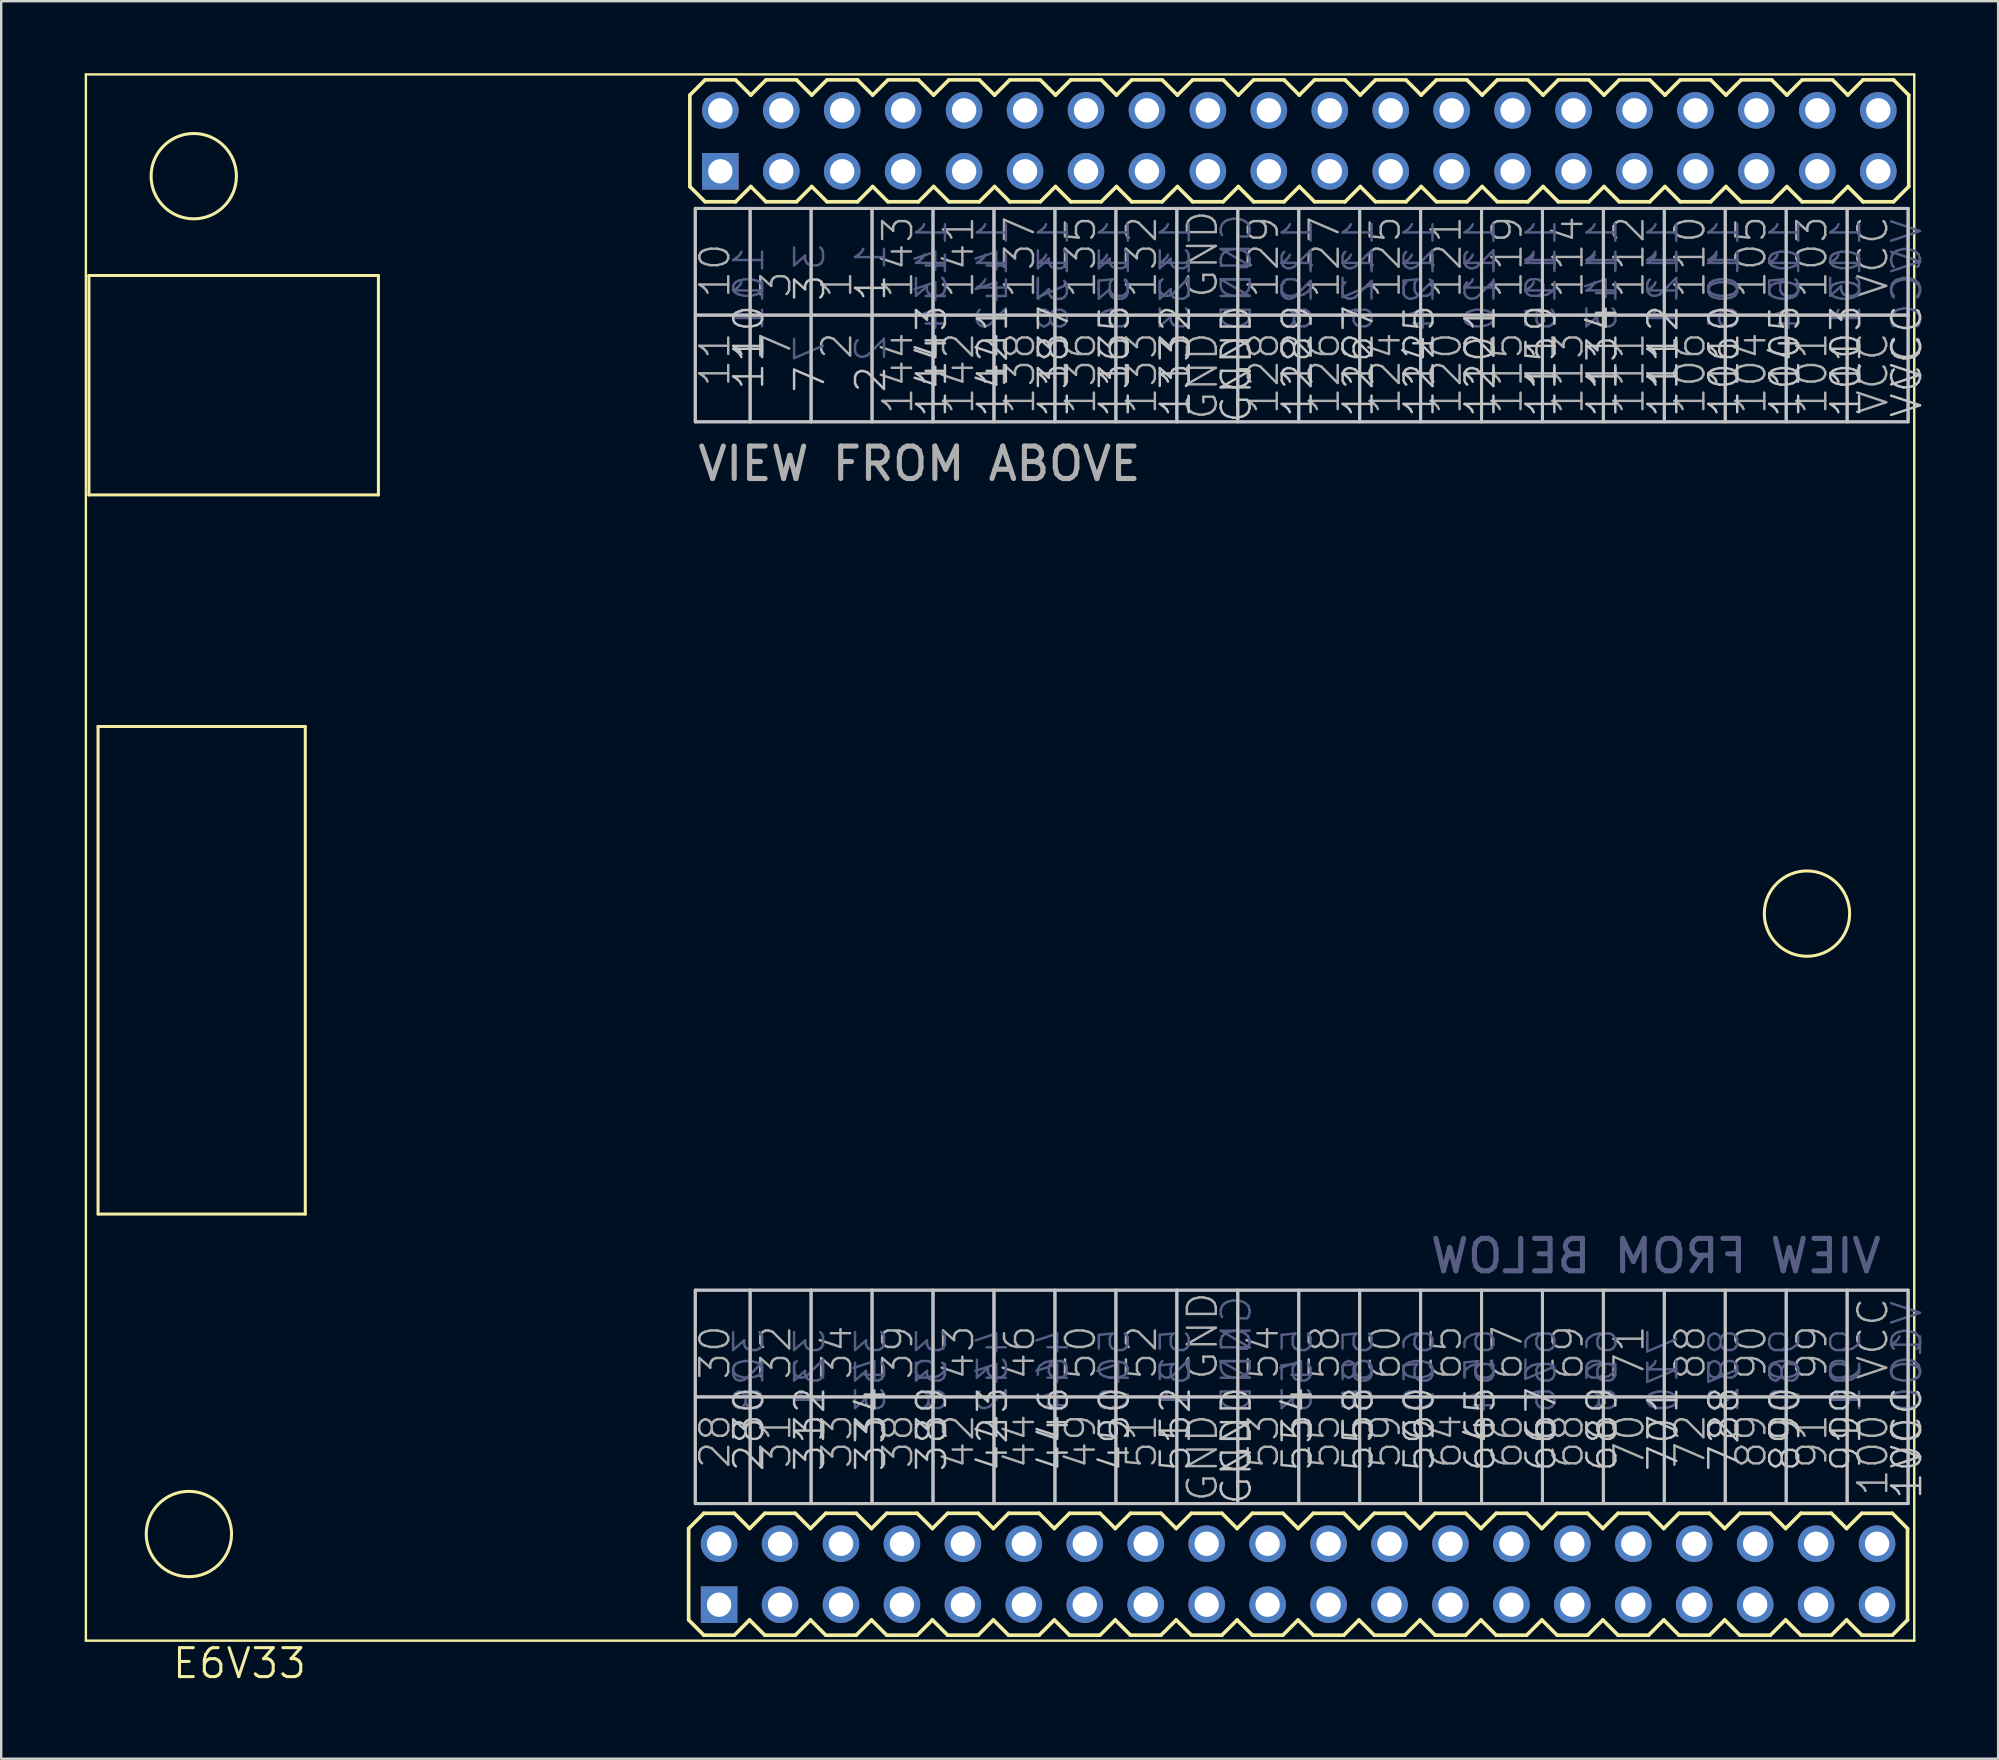
<source format=kicad_pcb>
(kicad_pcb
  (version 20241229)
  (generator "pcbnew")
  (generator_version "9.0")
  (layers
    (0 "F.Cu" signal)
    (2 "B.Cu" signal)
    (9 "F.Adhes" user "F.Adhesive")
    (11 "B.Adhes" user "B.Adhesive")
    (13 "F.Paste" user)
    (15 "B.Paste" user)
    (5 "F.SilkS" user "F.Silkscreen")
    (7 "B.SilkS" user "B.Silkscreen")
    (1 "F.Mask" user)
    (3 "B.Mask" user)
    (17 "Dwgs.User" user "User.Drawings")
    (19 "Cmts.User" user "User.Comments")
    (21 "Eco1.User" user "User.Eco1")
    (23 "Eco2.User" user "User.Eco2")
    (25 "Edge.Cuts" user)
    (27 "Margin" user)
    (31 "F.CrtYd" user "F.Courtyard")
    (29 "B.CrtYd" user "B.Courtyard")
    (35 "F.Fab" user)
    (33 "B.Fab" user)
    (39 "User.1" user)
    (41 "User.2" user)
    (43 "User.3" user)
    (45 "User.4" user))
  (footprint "E6V33"
    (layer "F.Cu")
    (at 0.25 32.689)
    (property "Reference" "E6V33" (at 3.81 34.29 0) (layer "F.SilkS") (effects (font (size 1.206 1.206) (thickness 0.127)) (justify left bottom)))
    (attr through_hole)
    (fp_line (start 0.279 -32.639) (end 0.279 32.639) (stroke (width 0.1) (type solid)) (layer "F.SilkS"))
    (fp_line (start 0.279 32.639) (end 76.479 32.639) (stroke (width 0.1) (type solid)) (layer "F.SilkS"))
    (fp_line (start 0.406 -24.257) (end 0.406 -15.113) (stroke (width 0.127) (type solid)) (layer "F.SilkS"))
    (fp_line (start 0.406 -15.113) (end 12.471 -15.113) (stroke (width 0.127) (type solid)) (layer "F.SilkS"))
    (fp_line (start 0.787 -5.461) (end 0.787 14.859) (stroke (width 0.127) (type solid)) (layer "F.SilkS"))
    (fp_line (start 0.787 14.859) (end 9.423 14.859) (stroke (width 0.127) (type solid)) (layer "F.SilkS"))
    (fp_line (start 9.423 -5.461) (end 0.787 -5.461) (stroke (width 0.127) (type solid)) (layer "F.SilkS"))
    (fp_line (start 9.423 14.859) (end 9.423 -5.461) (stroke (width 0.127) (type solid)) (layer "F.SilkS"))
    (fp_line (start 12.471 -24.257) (end 0.406 -24.257) (stroke (width 0.127) (type solid)) (layer "F.SilkS"))
    (fp_line (start 12.471 -15.113) (end 12.471 -24.257) (stroke (width 0.127) (type solid)) (layer "F.SilkS"))
    (fp_line (start 25.4 27.965) (end 25.4 31.775) (stroke (width 0.152) (type solid)) (layer "F.SilkS"))
    (fp_line (start 25.4 31.775) (end 26.035 32.41) (stroke (width 0.152) (type solid)) (layer "F.SilkS"))
    (fp_line (start 25.451 -31.775) (end 25.451 -27.965) (stroke (width 0.152) (type solid)) (layer "F.SilkS"))
    (fp_line (start 25.451 -27.965) (end 26.086 -27.33) (stroke (width 0.152) (type solid)) (layer "F.SilkS"))
    (fp_line (start 26.035 27.33) (end 25.4 27.965) (stroke (width 0.152) (type solid)) (layer "F.SilkS"))
    (fp_line (start 26.035 27.33) (end 27.305 27.33) (stroke (width 0.152) (type solid)) (layer "F.SilkS"))
    (fp_line (start 26.086 -32.41) (end 25.451 -31.775) (stroke (width 0.152) (type solid)) (layer "F.SilkS"))
    (fp_line (start 26.086 -32.41) (end 27.356 -32.41) (stroke (width 0.152) (type solid)) (layer "F.SilkS"))
    (fp_line (start 27.305 27.33) (end 27.94 27.965) (stroke (width 0.152) (type solid)) (layer "F.SilkS"))
    (fp_line (start 27.305 32.41) (end 26.035 32.41) (stroke (width 0.152) (type solid)) (layer "F.SilkS"))
    (fp_line (start 27.356 -32.41) (end 27.991 -31.775) (stroke (width 0.152) (type solid)) (layer "F.SilkS"))
    (fp_line (start 27.356 -27.33) (end 26.086 -27.33) (stroke (width 0.152) (type solid)) (layer "F.SilkS"))
    (fp_line (start 27.94 27.965) (end 28.575 27.33) (stroke (width 0.152) (type solid)) (layer "F.SilkS"))
    (fp_line (start 27.94 31.775) (end 27.305 32.41) (stroke (width 0.152) (type solid)) (layer "F.SilkS"))
    (fp_line (start 27.991 -31.775) (end 28.626 -32.41) (stroke (width 0.152) (type solid)) (layer "F.SilkS"))
    (fp_line (start 27.991 -27.965) (end 27.356 -27.33) (stroke (width 0.152) (type solid)) (layer "F.SilkS"))
    (fp_line (start 28.575 27.33) (end 29.845 27.33) (stroke (width 0.152) (type solid)) (layer "F.SilkS"))
    (fp_line (start 28.575 32.41) (end 27.94 31.775) (stroke (width 0.152) (type solid)) (layer "F.SilkS"))
    (fp_line (start 28.626 -32.41) (end 29.896 -32.41) (stroke (width 0.152) (type solid)) (layer "F.SilkS"))
    (fp_line (start 28.626 -27.33) (end 27.991 -27.965) (stroke (width 0.152) (type solid)) (layer "F.SilkS"))
    (fp_line (start 29.845 27.33) (end 30.48 27.965) (stroke (width 0.152) (type solid)) (layer "F.SilkS"))
    (fp_line (start 29.845 32.41) (end 28.575 32.41) (stroke (width 0.152) (type solid)) (layer "F.SilkS"))
    (fp_line (start 29.896 -32.41) (end 30.531 -31.775) (stroke (width 0.152) (type solid)) (layer "F.SilkS"))
    (fp_line (start 29.896 -27.33) (end 28.626 -27.33) (stroke (width 0.152) (type solid)) (layer "F.SilkS"))
    (fp_line (start 30.48 27.965) (end 31.115 27.33) (stroke (width 0.152) (type solid)) (layer "F.SilkS"))
    (fp_line (start 30.48 31.775) (end 29.845 32.41) (stroke (width 0.152) (type solid)) (layer "F.SilkS"))
    (fp_line (start 30.531 -31.775) (end 31.166 -32.41) (stroke (width 0.152) (type solid)) (layer "F.SilkS"))
    (fp_line (start 30.531 -27.965) (end 29.896 -27.33) (stroke (width 0.152) (type solid)) (layer "F.SilkS"))
    (fp_line (start 31.115 27.33) (end 32.385 27.33) (stroke (width 0.152) (type solid)) (layer "F.SilkS"))
    (fp_line (start 31.115 32.41) (end 30.48 31.775) (stroke (width 0.152) (type solid)) (layer "F.SilkS"))
    (fp_line (start 31.166 -32.41) (end 32.436 -32.41) (stroke (width 0.152) (type solid)) (layer "F.SilkS"))
    (fp_line (start 31.166 -27.33) (end 30.531 -27.965) (stroke (width 0.152) (type solid)) (layer "F.SilkS"))
    (fp_line (start 32.385 27.33) (end 33.02 27.965) (stroke (width 0.152) (type solid)) (layer "F.SilkS"))
    (fp_line (start 32.385 32.41) (end 31.115 32.41) (stroke (width 0.152) (type solid)) (layer "F.SilkS"))
    (fp_line (start 32.436 -32.41) (end 33.071 -31.775) (stroke (width 0.152) (type solid)) (layer "F.SilkS"))
    (fp_line (start 32.436 -27.33) (end 31.166 -27.33) (stroke (width 0.152) (type solid)) (layer "F.SilkS"))
    (fp_line (start 33.02 31.775) (end 32.385 32.41) (stroke (width 0.152) (type solid)) (layer "F.SilkS"))
    (fp_line (start 33.02 31.775) (end 33.655 32.41) (stroke (width 0.152) (type solid)) (layer "F.SilkS"))
    (fp_line (start 33.071 -27.965) (end 32.436 -27.33) (stroke (width 0.152) (type solid)) (layer "F.SilkS"))
    (fp_line (start 33.071 -27.965) (end 33.706 -27.33) (stroke (width 0.152) (type solid)) (layer "F.SilkS"))
    (fp_line (start 33.655 27.33) (end 33.02 27.965) (stroke (width 0.152) (type solid)) (layer "F.SilkS"))
    (fp_line (start 33.655 27.33) (end 34.925 27.33) (stroke (width 0.152) (type solid)) (layer "F.SilkS"))
    (fp_line (start 33.706 -32.41) (end 33.071 -31.775) (stroke (width 0.152) (type solid)) (layer "F.SilkS"))
    (fp_line (start 33.706 -32.41) (end 34.976 -32.41) (stroke (width 0.152) (type solid)) (layer "F.SilkS"))
    (fp_line (start 34.925 27.33) (end 35.56 27.965) (stroke (width 0.152) (type solid)) (layer "F.SilkS"))
    (fp_line (start 34.925 32.41) (end 33.655 32.41) (stroke (width 0.152) (type solid)) (layer "F.SilkS"))
    (fp_line (start 34.976 -32.41) (end 35.611 -31.775) (stroke (width 0.152) (type solid)) (layer "F.SilkS"))
    (fp_line (start 34.976 -27.33) (end 33.706 -27.33) (stroke (width 0.152) (type solid)) (layer "F.SilkS"))
    (fp_line (start 35.56 27.965) (end 36.195 27.33) (stroke (width 0.152) (type solid)) (layer "F.SilkS"))
    (fp_line (start 35.56 31.775) (end 34.925 32.41) (stroke (width 0.152) (type solid)) (layer "F.SilkS"))
    (fp_line (start 35.611 -31.775) (end 36.246 -32.41) (stroke (width 0.152) (type solid)) (layer "F.SilkS"))
    (fp_line (start 35.611 -27.965) (end 34.976 -27.33) (stroke (width 0.152) (type solid)) (layer "F.SilkS"))
    (fp_line (start 36.195 27.33) (end 37.465 27.33) (stroke (width 0.152) (type solid)) (layer "F.SilkS"))
    (fp_line (start 36.195 32.41) (end 35.56 31.775) (stroke (width 0.152) (type solid)) (layer "F.SilkS"))
    (fp_line (start 36.246 -32.41) (end 37.516 -32.41) (stroke (width 0.152) (type solid)) (layer "F.SilkS"))
    (fp_line (start 36.246 -27.33) (end 35.611 -27.965) (stroke (width 0.152) (type solid)) (layer "F.SilkS"))
    (fp_line (start 37.465 27.33) (end 38.1 27.965) (stroke (width 0.152) (type solid)) (layer "F.SilkS"))
    (fp_line (start 37.465 32.41) (end 36.195 32.41) (stroke (width 0.152) (type solid)) (layer "F.SilkS"))
    (fp_line (start 37.516 -32.41) (end 38.151 -31.775) (stroke (width 0.152) (type solid)) (layer "F.SilkS"))
    (fp_line (start 37.516 -27.33) (end 36.246 -27.33) (stroke (width 0.152) (type solid)) (layer "F.SilkS"))
    (fp_line (start 38.1 27.965) (end 38.735 27.33) (stroke (width 0.152) (type solid)) (layer "F.SilkS"))
    (fp_line (start 38.1 31.775) (end 37.465 32.41) (stroke (width 0.152) (type solid)) (layer "F.SilkS"))
    (fp_line (start 38.151 -31.775) (end 38.786 -32.41) (stroke (width 0.152) (type solid)) (layer "F.SilkS"))
    (fp_line (start 38.151 -27.965) (end 37.516 -27.33) (stroke (width 0.152) (type solid)) (layer "F.SilkS"))
    (fp_line (start 38.735 27.33) (end 40.005 27.33) (stroke (width 0.152) (type solid)) (layer "F.SilkS"))
    (fp_line (start 38.735 32.41) (end 38.1 31.775) (stroke (width 0.152) (type solid)) (layer "F.SilkS"))
    (fp_line (start 38.786 -32.41) (end 40.056 -32.41) (stroke (width 0.152) (type solid)) (layer "F.SilkS"))
    (fp_line (start 38.786 -27.33) (end 38.151 -27.965) (stroke (width 0.152) (type solid)) (layer "F.SilkS"))
    (fp_line (start 40.005 27.33) (end 40.64 27.965) (stroke (width 0.152) (type solid)) (layer "F.SilkS"))
    (fp_line (start 40.005 32.41) (end 38.735 32.41) (stroke (width 0.152) (type solid)) (layer "F.SilkS"))
    (fp_line (start 40.056 -32.41) (end 40.691 -31.775) (stroke (width 0.152) (type solid)) (layer "F.SilkS"))
    (fp_line (start 40.056 -27.33) (end 38.786 -27.33) (stroke (width 0.152) (type solid)) (layer "F.SilkS"))
    (fp_line (start 40.64 27.965) (end 41.275 27.33) (stroke (width 0.152) (type solid)) (layer "F.SilkS"))
    (fp_line (start 40.64 31.775) (end 40.005 32.41) (stroke (width 0.152) (type solid)) (layer "F.SilkS"))
    (fp_line (start 40.691 -31.775) (end 41.326 -32.41) (stroke (width 0.152) (type solid)) (layer "F.SilkS"))
    (fp_line (start 40.691 -27.965) (end 40.056 -27.33) (stroke (width 0.152) (type solid)) (layer "F.SilkS"))
    (fp_line (start 41.275 27.33) (end 42.545 27.33) (stroke (width 0.152) (type solid)) (layer "F.SilkS"))
    (fp_line (start 41.275 32.41) (end 40.64 31.775) (stroke (width 0.152) (type solid)) (layer "F.SilkS"))
    (fp_line (start 41.326 -32.41) (end 42.596 -32.41) (stroke (width 0.152) (type solid)) (layer "F.SilkS"))
    (fp_line (start 41.326 -27.33) (end 40.691 -27.965) (stroke (width 0.152) (type solid)) (layer "F.SilkS"))
    (fp_line (start 42.545 27.33) (end 43.18 27.965) (stroke (width 0.152) (type solid)) (layer "F.SilkS"))
    (fp_line (start 42.545 32.41) (end 41.275 32.41) (stroke (width 0.152) (type solid)) (layer "F.SilkS"))
    (fp_line (start 42.596 -32.41) (end 43.231 -31.775) (stroke (width 0.152) (type solid)) (layer "F.SilkS"))
    (fp_line (start 42.596 -27.33) (end 41.326 -27.33) (stroke (width 0.152) (type solid)) (layer "F.SilkS"))
    (fp_line (start 43.18 31.775) (end 42.545 32.41) (stroke (width 0.152) (type solid)) (layer "F.SilkS"))
    (fp_line (start 43.18 31.775) (end 43.815 32.41) (stroke (width 0.152) (type solid)) (layer "F.SilkS"))
    (fp_line (start 43.231 -27.965) (end 42.596 -27.33) (stroke (width 0.152) (type solid)) (layer "F.SilkS"))
    (fp_line (start 43.231 -27.965) (end 43.866 -27.33) (stroke (width 0.152) (type solid)) (layer "F.SilkS"))
    (fp_line (start 43.815 27.33) (end 43.18 27.965) (stroke (width 0.152) (type solid)) (layer "F.SilkS"))
    (fp_line (start 43.815 27.33) (end 45.085 27.33) (stroke (width 0.152) (type solid)) (layer "F.SilkS"))
    (fp_line (start 43.866 -32.41) (end 43.231 -31.775) (stroke (width 0.152) (type solid)) (layer "F.SilkS"))
    (fp_line (start 43.866 -32.41) (end 45.136 -32.41) (stroke (width 0.152) (type solid)) (layer "F.SilkS"))
    (fp_line (start 45.085 27.33) (end 45.72 27.965) (stroke (width 0.152) (type solid)) (layer "F.SilkS"))
    (fp_line (start 45.085 32.41) (end 43.815 32.41) (stroke (width 0.152) (type solid)) (layer "F.SilkS"))
    (fp_line (start 45.136 -32.41) (end 45.771 -31.775) (stroke (width 0.152) (type solid)) (layer "F.SilkS"))
    (fp_line (start 45.136 -27.33) (end 43.866 -27.33) (stroke (width 0.152) (type solid)) (layer "F.SilkS"))
    (fp_line (start 45.72 27.965) (end 46.355 27.33) (stroke (width 0.152) (type solid)) (layer "F.SilkS"))
    (fp_line (start 45.72 31.775) (end 45.085 32.41) (stroke (width 0.152) (type solid)) (layer "F.SilkS"))
    (fp_line (start 45.771 -31.775) (end 46.406 -32.41) (stroke (width 0.152) (type solid)) (layer "F.SilkS"))
    (fp_line (start 45.771 -27.965) (end 45.136 -27.33) (stroke (width 0.152) (type solid)) (layer "F.SilkS"))
    (fp_line (start 46.355 27.33) (end 47.625 27.33) (stroke (width 0.152) (type solid)) (layer "F.SilkS"))
    (fp_line (start 46.355 32.41) (end 45.72 31.775) (stroke (width 0.152) (type solid)) (layer "F.SilkS"))
    (fp_line (start 46.406 -32.41) (end 47.676 -32.41) (stroke (width 0.152) (type solid)) (layer "F.SilkS"))
    (fp_line (start 46.406 -27.33) (end 45.771 -27.965) (stroke (width 0.152) (type solid)) (layer "F.SilkS"))
    (fp_line (start 47.625 27.33) (end 48.26 27.965) (stroke (width 0.152) (type solid)) (layer "F.SilkS"))
    (fp_line (start 47.625 32.41) (end 46.355 32.41) (stroke (width 0.152) (type solid)) (layer "F.SilkS"))
    (fp_line (start 47.676 -32.41) (end 48.311 -31.775) (stroke (width 0.152) (type solid)) (layer "F.SilkS"))
    (fp_line (start 47.676 -27.33) (end 46.406 -27.33) (stroke (width 0.152) (type solid)) (layer "F.SilkS"))
    (fp_line (start 48.26 27.965) (end 48.895 27.33) (stroke (width 0.152) (type solid)) (layer "F.SilkS"))
    (fp_line (start 48.26 31.775) (end 47.625 32.41) (stroke (width 0.152) (type solid)) (layer "F.SilkS"))
    (fp_line (start 48.311 -31.775) (end 48.946 -32.41) (stroke (width 0.152) (type solid)) (layer "F.SilkS"))
    (fp_line (start 48.311 -27.965) (end 47.676 -27.33) (stroke (width 0.152) (type solid)) (layer "F.SilkS"))
    (fp_line (start 48.895 27.33) (end 50.165 27.33) (stroke (width 0.152) (type solid)) (layer "F.SilkS"))
    (fp_line (start 48.895 32.41) (end 48.26 31.775) (stroke (width 0.152) (type solid)) (layer "F.SilkS"))
    (fp_line (start 48.946 -32.41) (end 50.216 -32.41) (stroke (width 0.152) (type solid)) (layer "F.SilkS"))
    (fp_line (start 48.946 -27.33) (end 48.311 -27.965) (stroke (width 0.152) (type solid)) (layer "F.SilkS"))
    (fp_line (start 50.165 27.33) (end 50.8 27.965) (stroke (width 0.152) (type solid)) (layer "F.SilkS"))
    (fp_line (start 50.165 32.41) (end 48.895 32.41) (stroke (width 0.152) (type solid)) (layer "F.SilkS"))
    (fp_line (start 50.216 -32.41) (end 50.851 -31.775) (stroke (width 0.152) (type solid)) (layer "F.SilkS"))
    (fp_line (start 50.216 -27.33) (end 48.946 -27.33) (stroke (width 0.152) (type solid)) (layer "F.SilkS"))
    (fp_line (start 50.8 31.775) (end 50.165 32.41) (stroke (width 0.152) (type solid)) (layer "F.SilkS"))
    (fp_line (start 50.8 31.775) (end 51.435 32.41) (stroke (width 0.152) (type solid)) (layer "F.SilkS"))
    (fp_line (start 50.851 -27.965) (end 50.216 -27.33) (stroke (width 0.152) (type solid)) (layer "F.SilkS"))
    (fp_line (start 50.851 -27.965) (end 51.486 -27.33) (stroke (width 0.152) (type solid)) (layer "F.SilkS"))
    (fp_line (start 51.435 27.33) (end 50.8 27.965) (stroke (width 0.152) (type solid)) (layer "F.SilkS"))
    (fp_line (start 51.435 27.33) (end 52.705 27.33) (stroke (width 0.152) (type solid)) (layer "F.SilkS"))
    (fp_line (start 51.486 -32.41) (end 50.851 -31.775) (stroke (width 0.152) (type solid)) (layer "F.SilkS"))
    (fp_line (start 51.486 -32.41) (end 52.756 -32.41) (stroke (width 0.152) (type solid)) (layer "F.SilkS"))
    (fp_line (start 52.705 27.33) (end 53.34 27.965) (stroke (width 0.152) (type solid)) (layer "F.SilkS"))
    (fp_line (start 52.705 32.41) (end 51.435 32.41) (stroke (width 0.152) (type solid)) (layer "F.SilkS"))
    (fp_line (start 52.756 -32.41) (end 53.391 -31.775) (stroke (width 0.152) (type solid)) (layer "F.SilkS"))
    (fp_line (start 52.756 -27.33) (end 51.486 -27.33) (stroke (width 0.152) (type solid)) (layer "F.SilkS"))
    (fp_line (start 53.34 27.965) (end 53.975 27.33) (stroke (width 0.152) (type solid)) (layer "F.SilkS"))
    (fp_line (start 53.34 31.775) (end 52.705 32.41) (stroke (width 0.152) (type solid)) (layer "F.SilkS"))
    (fp_line (start 53.391 -31.775) (end 54.026 -32.41) (stroke (width 0.152) (type solid)) (layer "F.SilkS"))
    (fp_line (start 53.391 -27.965) (end 52.756 -27.33) (stroke (width 0.152) (type solid)) (layer "F.SilkS"))
    (fp_line (start 53.975 27.33) (end 55.245 27.33) (stroke (width 0.152) (type solid)) (layer "F.SilkS"))
    (fp_line (start 53.975 32.41) (end 53.34 31.775) (stroke (width 0.152) (type solid)) (layer "F.SilkS"))
    (fp_line (start 54.026 -32.41) (end 55.296 -32.41) (stroke (width 0.152) (type solid)) (layer "F.SilkS"))
    (fp_line (start 54.026 -27.33) (end 53.391 -27.965) (stroke (width 0.152) (type solid)) (layer "F.SilkS"))
    (fp_line (start 55.245 27.33) (end 55.88 27.965) (stroke (width 0.152) (type solid)) (layer "F.SilkS"))
    (fp_line (start 55.245 32.41) (end 53.975 32.41) (stroke (width 0.152) (type solid)) (layer "F.SilkS"))
    (fp_line (start 55.296 -32.41) (end 55.931 -31.775) (stroke (width 0.152) (type solid)) (layer "F.SilkS"))
    (fp_line (start 55.296 -27.33) (end 54.026 -27.33) (stroke (width 0.152) (type solid)) (layer "F.SilkS"))
    (fp_line (start 55.88 27.965) (end 56.515 27.33) (stroke (width 0.152) (type solid)) (layer "F.SilkS"))
    (fp_line (start 55.88 31.775) (end 55.245 32.41) (stroke (width 0.152) (type solid)) (layer "F.SilkS"))
    (fp_line (start 55.931 -31.775) (end 56.566 -32.41) (stroke (width 0.152) (type solid)) (layer "F.SilkS"))
    (fp_line (start 55.931 -27.965) (end 55.296 -27.33) (stroke (width 0.152) (type solid)) (layer "F.SilkS"))
    (fp_line (start 56.515 27.33) (end 57.785 27.33) (stroke (width 0.152) (type solid)) (layer "F.SilkS"))
    (fp_line (start 56.515 32.41) (end 55.88 31.775) (stroke (width 0.152) (type solid)) (layer "F.SilkS"))
    (fp_line (start 56.566 -32.41) (end 57.836 -32.41) (stroke (width 0.152) (type solid)) (layer "F.SilkS"))
    (fp_line (start 56.566 -27.33) (end 55.931 -27.965) (stroke (width 0.152) (type solid)) (layer "F.SilkS"))
    (fp_line (start 57.785 27.33) (end 58.42 27.965) (stroke (width 0.152) (type solid)) (layer "F.SilkS"))
    (fp_line (start 57.785 32.41) (end 56.515 32.41) (stroke (width 0.152) (type solid)) (layer "F.SilkS"))
    (fp_line (start 57.836 -32.41) (end 58.471 -31.775) (stroke (width 0.152) (type solid)) (layer "F.SilkS"))
    (fp_line (start 57.836 -27.33) (end 56.566 -27.33) (stroke (width 0.152) (type solid)) (layer "F.SilkS"))
    (fp_line (start 58.42 27.965) (end 59.055 27.33) (stroke (width 0.152) (type solid)) (layer "F.SilkS"))
    (fp_line (start 58.42 31.775) (end 57.785 32.41) (stroke (width 0.152) (type solid)) (layer "F.SilkS"))
    (fp_line (start 58.471 -31.775) (end 59.106 -32.41) (stroke (width 0.152) (type solid)) (layer "F.SilkS"))
    (fp_line (start 58.471 -27.965) (end 57.836 -27.33) (stroke (width 0.152) (type solid)) (layer "F.SilkS"))
    (fp_line (start 59.055 27.33) (end 60.325 27.33) (stroke (width 0.152) (type solid)) (layer "F.SilkS"))
    (fp_line (start 59.055 32.41) (end 58.42 31.775) (stroke (width 0.152) (type solid)) (layer "F.SilkS"))
    (fp_line (start 59.106 -32.41) (end 60.376 -32.41) (stroke (width 0.152) (type solid)) (layer "F.SilkS"))
    (fp_line (start 59.106 -27.33) (end 58.471 -27.965) (stroke (width 0.152) (type solid)) (layer "F.SilkS"))
    (fp_line (start 60.325 27.33) (end 60.96 27.965) (stroke (width 0.152) (type solid)) (layer "F.SilkS"))
    (fp_line (start 60.325 32.41) (end 59.055 32.41) (stroke (width 0.152) (type solid)) (layer "F.SilkS"))
    (fp_line (start 60.376 -32.41) (end 61.011 -31.775) (stroke (width 0.152) (type solid)) (layer "F.SilkS"))
    (fp_line (start 60.376 -27.33) (end 59.106 -27.33) (stroke (width 0.152) (type solid)) (layer "F.SilkS"))
    (fp_line (start 60.96 31.775) (end 60.325 32.41) (stroke (width 0.152) (type solid)) (layer "F.SilkS"))
    (fp_line (start 60.96 31.775) (end 61.595 32.41) (stroke (width 0.152) (type solid)) (layer "F.SilkS"))
    (fp_line (start 61.011 -27.965) (end 60.376 -27.33) (stroke (width 0.152) (type solid)) (layer "F.SilkS"))
    (fp_line (start 61.011 -27.965) (end 61.646 -27.33) (stroke (width 0.152) (type solid)) (layer "F.SilkS"))
    (fp_line (start 61.595 27.33) (end 60.96 27.965) (stroke (width 0.152) (type solid)) (layer "F.SilkS"))
    (fp_line (start 61.595 27.33) (end 62.865 27.33) (stroke (width 0.152) (type solid)) (layer "F.SilkS"))
    (fp_line (start 61.646 -32.41) (end 61.011 -31.775) (stroke (width 0.152) (type solid)) (layer "F.SilkS"))
    (fp_line (start 61.646 -32.41) (end 62.916 -32.41) (stroke (width 0.152) (type solid)) (layer "F.SilkS"))
    (fp_line (start 62.865 27.33) (end 63.5 27.965) (stroke (width 0.152) (type solid)) (layer "F.SilkS"))
    (fp_line (start 62.865 32.41) (end 61.595 32.41) (stroke (width 0.152) (type solid)) (layer "F.SilkS"))
    (fp_line (start 62.916 -32.41) (end 63.551 -31.775) (stroke (width 0.152) (type solid)) (layer "F.SilkS"))
    (fp_line (start 62.916 -27.33) (end 61.646 -27.33) (stroke (width 0.152) (type solid)) (layer "F.SilkS"))
    (fp_line (start 63.5 27.965) (end 64.135 27.33) (stroke (width 0.152) (type solid)) (layer "F.SilkS"))
    (fp_line (start 63.5 31.775) (end 62.865 32.41) (stroke (width 0.152) (type solid)) (layer "F.SilkS"))
    (fp_line (start 63.551 -31.775) (end 64.186 -32.41) (stroke (width 0.152) (type solid)) (layer "F.SilkS"))
    (fp_line (start 63.551 -27.965) (end 62.916 -27.33) (stroke (width 0.152) (type solid)) (layer "F.SilkS"))
    (fp_line (start 64.135 27.33) (end 65.405 27.33) (stroke (width 0.152) (type solid)) (layer "F.SilkS"))
    (fp_line (start 64.135 32.41) (end 63.5 31.775) (stroke (width 0.152) (type solid)) (layer "F.SilkS"))
    (fp_line (start 64.186 -32.41) (end 65.456 -32.41) (stroke (width 0.152) (type solid)) (layer "F.SilkS"))
    (fp_line (start 64.186 -27.33) (end 63.551 -27.965) (stroke (width 0.152) (type solid)) (layer "F.SilkS"))
    (fp_line (start 65.405 27.33) (end 66.04 27.965) (stroke (width 0.152) (type solid)) (layer "F.SilkS"))
    (fp_line (start 65.405 32.41) (end 64.135 32.41) (stroke (width 0.152) (type solid)) (layer "F.SilkS"))
    (fp_line (start 65.456 -32.41) (end 66.091 -31.775) (stroke (width 0.152) (type solid)) (layer "F.SilkS"))
    (fp_line (start 65.456 -27.33) (end 64.186 -27.33) (stroke (width 0.152) (type solid)) (layer "F.SilkS"))
    (fp_line (start 66.04 27.965) (end 66.675 27.33) (stroke (width 0.152) (type solid)) (layer "F.SilkS"))
    (fp_line (start 66.04 31.775) (end 65.405 32.41) (stroke (width 0.152) (type solid)) (layer "F.SilkS"))
    (fp_line (start 66.091 -31.775) (end 66.726 -32.41) (stroke (width 0.152) (type solid)) (layer "F.SilkS"))
    (fp_line (start 66.091 -27.965) (end 65.456 -27.33) (stroke (width 0.152) (type solid)) (layer "F.SilkS"))
    (fp_line (start 66.675 27.33) (end 67.945 27.33) (stroke (width 0.152) (type solid)) (layer "F.SilkS"))
    (fp_line (start 66.675 32.41) (end 66.04 31.775) (stroke (width 0.152) (type solid)) (layer "F.SilkS"))
    (fp_line (start 66.726 -32.41) (end 67.996 -32.41) (stroke (width 0.152) (type solid)) (layer "F.SilkS"))
    (fp_line (start 66.726 -27.33) (end 66.091 -27.965) (stroke (width 0.152) (type solid)) (layer "F.SilkS"))
    (fp_line (start 67.945 27.33) (end 68.58 27.965) (stroke (width 0.152) (type solid)) (layer "F.SilkS"))
    (fp_line (start 67.945 32.41) (end 66.675 32.41) (stroke (width 0.152) (type solid)) (layer "F.SilkS"))
    (fp_line (start 67.996 -32.41) (end 68.631 -31.775) (stroke (width 0.152) (type solid)) (layer "F.SilkS"))
    (fp_line (start 67.996 -27.33) (end 66.726 -27.33) (stroke (width 0.152) (type solid)) (layer "F.SilkS"))
    (fp_line (start 68.58 31.775) (end 67.945 32.41) (stroke (width 0.152) (type solid)) (layer "F.SilkS"))
    (fp_line (start 68.58 31.775) (end 69.215 32.41) (stroke (width 0.152) (type solid)) (layer "F.SilkS"))
    (fp_line (start 68.631 -27.965) (end 67.996 -27.33) (stroke (width 0.152) (type solid)) (layer "F.SilkS"))
    (fp_line (start 68.631 -27.965) (end 69.266 -27.33) (stroke (width 0.152) (type solid)) (layer "F.SilkS"))
    (fp_line (start 69.215 27.33) (end 68.58 27.965) (stroke (width 0.152) (type solid)) (layer "F.SilkS"))
    (fp_line (start 69.215 27.33) (end 70.485 27.33) (stroke (width 0.152) (type solid)) (layer "F.SilkS"))
    (fp_line (start 69.266 -32.41) (end 68.631 -31.775) (stroke (width 0.152) (type solid)) (layer "F.SilkS"))
    (fp_line (start 69.266 -32.41) (end 70.536 -32.41) (stroke (width 0.152) (type solid)) (layer "F.SilkS"))
    (fp_line (start 70.485 27.33) (end 71.12 27.965) (stroke (width 0.152) (type solid)) (layer "F.SilkS"))
    (fp_line (start 70.485 32.41) (end 69.215 32.41) (stroke (width 0.152) (type solid)) (layer "F.SilkS"))
    (fp_line (start 70.536 -32.41) (end 71.171 -31.775) (stroke (width 0.152) (type solid)) (layer "F.SilkS"))
    (fp_line (start 70.536 -27.33) (end 69.266 -27.33) (stroke (width 0.152) (type solid)) (layer "F.SilkS"))
    (fp_line (start 71.12 27.965) (end 71.755 27.33) (stroke (width 0.152) (type solid)) (layer "F.SilkS"))
    (fp_line (start 71.12 31.775) (end 70.485 32.41) (stroke (width 0.152) (type solid)) (layer "F.SilkS"))
    (fp_line (start 71.171 -31.775) (end 71.806 -32.41) (stroke (width 0.152) (type solid)) (layer "F.SilkS"))
    (fp_line (start 71.171 -27.965) (end 70.536 -27.33) (stroke (width 0.152) (type solid)) (layer "F.SilkS"))
    (fp_line (start 71.755 27.33) (end 73.025 27.33) (stroke (width 0.152) (type solid)) (layer "F.SilkS"))
    (fp_line (start 71.755 32.41) (end 71.12 31.775) (stroke (width 0.152) (type solid)) (layer "F.SilkS"))
    (fp_line (start 71.806 -32.41) (end 73.076 -32.41) (stroke (width 0.152) (type solid)) (layer "F.SilkS"))
    (fp_line (start 71.806 -27.33) (end 71.171 -27.965) (stroke (width 0.152) (type solid)) (layer "F.SilkS"))
    (fp_line (start 73.025 27.33) (end 73.66 27.965) (stroke (width 0.152) (type solid)) (layer "F.SilkS"))
    (fp_line (start 73.025 32.41) (end 71.755 32.41) (stroke (width 0.152) (type solid)) (layer "F.SilkS"))
    (fp_line (start 73.076 -32.41) (end 73.711 -31.775) (stroke (width 0.152) (type solid)) (layer "F.SilkS"))
    (fp_line (start 73.076 -27.33) (end 71.806 -27.33) (stroke (width 0.152) (type solid)) (layer "F.SilkS"))
    (fp_line (start 73.66 27.965) (end 74.295 27.33) (stroke (width 0.152) (type solid)) (layer "F.SilkS"))
    (fp_line (start 73.66 31.775) (end 73.025 32.41) (stroke (width 0.152) (type solid)) (layer "F.SilkS"))
    (fp_line (start 73.711 -31.775) (end 74.346 -32.41) (stroke (width 0.152) (type solid)) (layer "F.SilkS"))
    (fp_line (start 73.711 -27.965) (end 73.076 -27.33) (stroke (width 0.152) (type solid)) (layer "F.SilkS"))
    (fp_line (start 74.295 27.33) (end 75.565 27.33) (stroke (width 0.152) (type solid)) (layer "F.SilkS"))
    (fp_line (start 74.295 32.41) (end 73.66 31.775) (stroke (width 0.152) (type solid)) (layer "F.SilkS"))
    (fp_line (start 74.346 -32.41) (end 75.616 -32.41) (stroke (width 0.152) (type solid)) (layer "F.SilkS"))
    (fp_line (start 74.346 -27.33) (end 73.711 -27.965) (stroke (width 0.152) (type solid)) (layer "F.SilkS"))
    (fp_line (start 75.565 27.33) (end 76.2 27.965) (stroke (width 0.152) (type solid)) (layer "F.SilkS"))
    (fp_line (start 75.565 32.41) (end 74.295 32.41) (stroke (width 0.152) (type solid)) (layer "F.SilkS"))
    (fp_line (start 75.616 -32.41) (end 76.251 -31.775) (stroke (width 0.152) (type solid)) (layer "F.SilkS"))
    (fp_line (start 75.616 -27.33) (end 74.346 -27.33) (stroke (width 0.152) (type solid)) (layer "F.SilkS"))
    (fp_line (start 76.2 27.965) (end 76.2 31.775) (stroke (width 0.152) (type solid)) (layer "F.SilkS"))
    (fp_line (start 76.2 31.775) (end 75.565 32.41) (stroke (width 0.152) (type solid)) (layer "F.SilkS"))
    (fp_line (start 76.251 -31.775) (end 76.251 -27.965) (stroke (width 0.152) (type solid)) (layer "F.SilkS"))
    (fp_line (start 76.251 -27.965) (end 75.616 -27.33) (stroke (width 0.152) (type solid)) (layer "F.SilkS"))
    (fp_line (start 76.479 -32.639) (end 0.279 -32.639) (stroke (width 0.1) (type solid)) (layer "F.SilkS"))
    (fp_line (start 76.479 32.639) (end 76.479 -32.639) (stroke (width 0.1) (type solid)) (layer "F.SilkS"))
    (fp_circle (center 4.572 28.194) (end 6.35 28.194) (stroke (width 0.127) (type solid)) (fill no) (layer "F.SilkS"))
    (fp_circle (center 4.775 -28.397) (end 6.553 -28.397) (stroke (width 0.127) (type solid)) (fill no) (layer "F.SilkS"))
    (fp_circle (center 72.009 2.337) (end 73.787 2.337) (stroke (width 0.127) (type solid)) (fill no) (layer "F.SilkS"))
    (fp_line (start 25.679 -27.051) (end 25.679 -22.606) (stroke (width 0.127) (type solid)) (layer "Dwgs.User"))
    (fp_line (start 25.679 -27.051) (end 27.965 -27.051) (stroke (width 0.127) (type solid)) (layer "Dwgs.User"))
    (fp_line (start 25.679 -22.606) (end 25.679 -18.161) (stroke (width 0.127) (type solid)) (layer "Dwgs.User"))
    (fp_line (start 25.679 -22.606) (end 27.965 -22.606) (stroke (width 0.127) (type solid)) (layer "Dwgs.User"))
    (fp_line (start 25.679 18.034) (end 25.679 22.479) (stroke (width 0.127) (type solid)) (layer "Dwgs.User"))
    (fp_line (start 25.679 18.034) (end 27.965 18.034) (stroke (width 0.127) (type solid)) (layer "Dwgs.User"))
    (fp_line (start 25.679 22.479) (end 25.679 26.924) (stroke (width 0.127) (type solid)) (layer "Dwgs.User"))
    (fp_line (start 25.679 22.479) (end 27.965 22.479) (stroke (width 0.127) (type solid)) (layer "Dwgs.User"))
    (fp_line (start 27.965 -27.051) (end 27.965 -22.606) (stroke (width 0.127) (type solid)) (layer "Dwgs.User"))
    (fp_line (start 27.965 -27.051) (end 30.505 -27.051) (stroke (width 0.127) (type solid)) (layer "Dwgs.User"))
    (fp_line (start 27.965 -22.606) (end 27.965 -18.161) (stroke (width 0.127) (type solid)) (layer "Dwgs.User"))
    (fp_line (start 27.965 -22.606) (end 30.505 -22.606) (stroke (width 0.127) (type solid)) (layer "Dwgs.User"))
    (fp_line (start 27.965 -18.161) (end 25.679 -18.161) (stroke (width 0.127) (type solid)) (layer "Dwgs.User"))
    (fp_line (start 27.965 18.034) (end 27.965 22.479) (stroke (width 0.127) (type solid)) (layer "Dwgs.User"))
    (fp_line (start 27.965 18.034) (end 30.505 18.034) (stroke (width 0.127) (type solid)) (layer "Dwgs.User"))
    (fp_line (start 27.965 22.479) (end 27.965 26.924) (stroke (width 0.127) (type solid)) (layer "Dwgs.User"))
    (fp_line (start 27.965 22.479) (end 30.505 22.479) (stroke (width 0.127) (type solid)) (layer "Dwgs.User"))
    (fp_line (start 27.965 26.924) (end 25.679 26.924) (stroke (width 0.127) (type solid)) (layer "Dwgs.User"))
    (fp_line (start 30.505 -27.051) (end 30.505 -22.606) (stroke (width 0.127) (type solid)) (layer "Dwgs.User"))
    (fp_line (start 30.505 -27.051) (end 33.045 -27.051) (stroke (width 0.127) (type solid)) (layer "Dwgs.User"))
    (fp_line (start 30.505 -22.606) (end 30.505 -18.161) (stroke (width 0.127) (type solid)) (layer "Dwgs.User"))
    (fp_line (start 30.505 -22.606) (end 33.045 -22.606) (stroke (width 0.127) (type solid)) (layer "Dwgs.User"))
    (fp_line (start 30.505 -18.161) (end 27.965 -18.161) (stroke (width 0.127) (type solid)) (layer "Dwgs.User"))
    (fp_line (start 30.505 18.034) (end 30.505 22.479) (stroke (width 0.127) (type solid)) (layer "Dwgs.User"))
    (fp_line (start 30.505 18.034) (end 33.045 18.034) (stroke (width 0.127) (type solid)) (layer "Dwgs.User"))
    (fp_line (start 30.505 22.479) (end 30.505 26.924) (stroke (width 0.127) (type solid)) (layer "Dwgs.User"))
    (fp_line (start 30.505 22.479) (end 33.045 22.479) (stroke (width 0.127) (type solid)) (layer "Dwgs.User"))
    (fp_line (start 30.505 26.924) (end 27.965 26.924) (stroke (width 0.127) (type solid)) (layer "Dwgs.User"))
    (fp_line (start 33.045 -27.051) (end 33.045 -22.606) (stroke (width 0.127) (type solid)) (layer "Dwgs.User"))
    (fp_line (start 33.045 -27.051) (end 76.225 -27.051) (stroke (width 0.127) (type solid)) (layer "Dwgs.User"))
    (fp_line (start 33.045 -22.606) (end 33.045 -18.161) (stroke (width 0.127) (type solid)) (layer "Dwgs.User"))
    (fp_line (start 33.045 -22.606) (end 35.585 -22.606) (stroke (width 0.127) (type solid)) (layer "Dwgs.User"))
    (fp_line (start 33.045 -18.161) (end 30.505 -18.161) (stroke (width 0.127) (type solid)) (layer "Dwgs.User"))
    (fp_line (start 33.045 18.034) (end 33.045 22.479) (stroke (width 0.127) (type solid)) (layer "Dwgs.User"))
    (fp_line (start 33.045 18.034) (end 76.225 18.034) (stroke (width 0.127) (type solid)) (layer "Dwgs.User"))
    (fp_line (start 33.045 22.479) (end 33.045 26.924) (stroke (width 0.127) (type solid)) (layer "Dwgs.User"))
    (fp_line (start 33.045 22.479) (end 35.585 22.479) (stroke (width 0.127) (type solid)) (layer "Dwgs.User"))
    (fp_line (start 33.045 26.924) (end 30.505 26.924) (stroke (width 0.127) (type solid)) (layer "Dwgs.User"))
    (fp_line (start 35.585 -27.051) (end 35.585 -22.606) (stroke (width 0.127) (type solid)) (layer "Dwgs.User"))
    (fp_line (start 35.585 -22.606) (end 35.585 -18.161) (stroke (width 0.127) (type solid)) (layer "Dwgs.User"))
    (fp_line (start 35.585 -22.606) (end 38.125 -22.606) (stroke (width 0.127) (type solid)) (layer "Dwgs.User"))
    (fp_line (start 35.585 18.034) (end 35.585 22.479) (stroke (width 0.127) (type solid)) (layer "Dwgs.User"))
    (fp_line (start 35.585 22.479) (end 35.585 26.924) (stroke (width 0.127) (type solid)) (layer "Dwgs.User"))
    (fp_line (start 35.585 22.479) (end 38.125 22.479) (stroke (width 0.127) (type solid)) (layer "Dwgs.User"))
    (fp_line (start 38.125 -27.051) (end 38.125 -22.606) (stroke (width 0.127) (type solid)) (layer "Dwgs.User"))
    (fp_line (start 38.125 -22.606) (end 38.125 -18.161) (stroke (width 0.127) (type solid)) (layer "Dwgs.User"))
    (fp_line (start 38.125 -22.606) (end 40.665 -22.606) (stroke (width 0.127) (type solid)) (layer "Dwgs.User"))
    (fp_line (start 38.125 18.034) (end 38.125 22.479) (stroke (width 0.127) (type solid)) (layer "Dwgs.User"))
    (fp_line (start 38.125 22.479) (end 38.125 26.924) (stroke (width 0.127) (type solid)) (layer "Dwgs.User"))
    (fp_line (start 38.125 22.479) (end 40.665 22.479) (stroke (width 0.127) (type solid)) (layer "Dwgs.User"))
    (fp_line (start 40.665 -27.051) (end 40.665 -22.606) (stroke (width 0.127) (type solid)) (layer "Dwgs.User"))
    (fp_line (start 40.665 -22.606) (end 40.665 -18.161) (stroke (width 0.127) (type solid)) (layer "Dwgs.User"))
    (fp_line (start 40.665 -22.606) (end 43.205 -22.606) (stroke (width 0.127) (type solid)) (layer "Dwgs.User"))
    (fp_line (start 40.665 18.034) (end 40.665 22.479) (stroke (width 0.127) (type solid)) (layer "Dwgs.User"))
    (fp_line (start 40.665 22.479) (end 40.665 26.924) (stroke (width 0.127) (type solid)) (layer "Dwgs.User"))
    (fp_line (start 40.665 22.479) (end 43.205 22.479) (stroke (width 0.127) (type solid)) (layer "Dwgs.User"))
    (fp_line (start 43.205 -27.051) (end 43.205 -22.606) (stroke (width 0.127) (type solid)) (layer "Dwgs.User"))
    (fp_line (start 43.205 -22.606) (end 43.205 -18.161) (stroke (width 0.127) (type solid)) (layer "Dwgs.User"))
    (fp_line (start 43.205 -22.606) (end 45.745 -22.606) (stroke (width 0.127) (type solid)) (layer "Dwgs.User"))
    (fp_line (start 43.205 18.034) (end 43.205 22.479) (stroke (width 0.127) (type solid)) (layer "Dwgs.User"))
    (fp_line (start 43.205 22.479) (end 43.205 26.924) (stroke (width 0.127) (type solid)) (layer "Dwgs.User"))
    (fp_line (start 43.205 22.479) (end 45.745 22.479) (stroke (width 0.127) (type solid)) (layer "Dwgs.User"))
    (fp_line (start 45.745 -27.051) (end 45.745 -22.606) (stroke (width 0.127) (type solid)) (layer "Dwgs.User"))
    (fp_line (start 45.745 -22.606) (end 45.745 -18.161) (stroke (width 0.127) (type solid)) (layer "Dwgs.User"))
    (fp_line (start 45.745 -22.606) (end 48.285 -22.606) (stroke (width 0.127) (type solid)) (layer "Dwgs.User"))
    (fp_line (start 45.745 18.034) (end 45.745 22.479) (stroke (width 0.127) (type solid)) (layer "Dwgs.User"))
    (fp_line (start 45.745 22.479) (end 45.745 26.924) (stroke (width 0.127) (type solid)) (layer "Dwgs.User"))
    (fp_line (start 45.745 22.479) (end 48.285 22.479) (stroke (width 0.127) (type solid)) (layer "Dwgs.User"))
    (fp_line (start 48.285 -27.051) (end 48.285 -22.606) (stroke (width 0.127) (type solid)) (layer "Dwgs.User"))
    (fp_line (start 48.285 -22.606) (end 48.285 -18.161) (stroke (width 0.127) (type solid)) (layer "Dwgs.User"))
    (fp_line (start 48.285 -22.606) (end 50.825 -22.606) (stroke (width 0.127) (type solid)) (layer "Dwgs.User"))
    (fp_line (start 48.285 18.034) (end 48.285 22.479) (stroke (width 0.127) (type solid)) (layer "Dwgs.User"))
    (fp_line (start 48.285 22.479) (end 48.285 26.924) (stroke (width 0.127) (type solid)) (layer "Dwgs.User"))
    (fp_line (start 48.285 22.479) (end 50.825 22.479) (stroke (width 0.127) (type solid)) (layer "Dwgs.User"))
    (fp_line (start 50.825 -27.051) (end 50.825 -22.606) (stroke (width 0.127) (type solid)) (layer "Dwgs.User"))
    (fp_line (start 50.825 -22.606) (end 50.825 -18.161) (stroke (width 0.127) (type solid)) (layer "Dwgs.User"))
    (fp_line (start 50.825 -22.606) (end 53.365 -22.606) (stroke (width 0.127) (type solid)) (layer "Dwgs.User"))
    (fp_line (start 50.825 18.034) (end 50.825 22.479) (stroke (width 0.127) (type solid)) (layer "Dwgs.User"))
    (fp_line (start 50.825 22.479) (end 50.825 26.924) (stroke (width 0.127) (type solid)) (layer "Dwgs.User"))
    (fp_line (start 50.825 22.479) (end 53.365 22.479) (stroke (width 0.127) (type solid)) (layer "Dwgs.User"))
    (fp_line (start 53.365 -27.051) (end 53.365 -22.606) (stroke (width 0.127) (type solid)) (layer "Dwgs.User"))
    (fp_line (start 53.365 -22.606) (end 53.365 -18.161) (stroke (width 0.127) (type solid)) (layer "Dwgs.User"))
    (fp_line (start 53.365 -22.606) (end 55.905 -22.606) (stroke (width 0.127) (type solid)) (layer "Dwgs.User"))
    (fp_line (start 53.365 18.034) (end 53.365 22.479) (stroke (width 0.127) (type solid)) (layer "Dwgs.User"))
    (fp_line (start 53.365 22.479) (end 53.365 26.924) (stroke (width 0.127) (type solid)) (layer "Dwgs.User"))
    (fp_line (start 53.365 22.479) (end 55.905 22.479) (stroke (width 0.127) (type solid)) (layer "Dwgs.User"))
    (fp_line (start 55.905 -27.051) (end 55.905 -22.606) (stroke (width 0.127) (type solid)) (layer "Dwgs.User"))
    (fp_line (start 55.905 -22.606) (end 55.905 -18.161) (stroke (width 0.127) (type solid)) (layer "Dwgs.User"))
    (fp_line (start 55.905 -22.606) (end 58.445 -22.606) (stroke (width 0.127) (type solid)) (layer "Dwgs.User"))
    (fp_line (start 55.905 18.034) (end 55.905 22.479) (stroke (width 0.127) (type solid)) (layer "Dwgs.User"))
    (fp_line (start 55.905 22.479) (end 55.905 26.924) (stroke (width 0.127) (type solid)) (layer "Dwgs.User"))
    (fp_line (start 55.905 22.479) (end 58.445 22.479) (stroke (width 0.127) (type solid)) (layer "Dwgs.User"))
    (fp_line (start 58.445 -27.051) (end 58.445 -22.606) (stroke (width 0.127) (type solid)) (layer "Dwgs.User"))
    (fp_line (start 58.445 -22.606) (end 58.445 -18.161) (stroke (width 0.127) (type solid)) (layer "Dwgs.User"))
    (fp_line (start 58.445 -22.606) (end 60.985 -22.606) (stroke (width 0.127) (type solid)) (layer "Dwgs.User"))
    (fp_line (start 58.445 18.034) (end 58.445 22.479) (stroke (width 0.127) (type solid)) (layer "Dwgs.User"))
    (fp_line (start 58.445 22.479) (end 58.445 26.924) (stroke (width 0.127) (type solid)) (layer "Dwgs.User"))
    (fp_line (start 58.445 22.479) (end 60.985 22.479) (stroke (width 0.127) (type solid)) (layer "Dwgs.User"))
    (fp_line (start 60.985 -27.051) (end 60.985 -22.606) (stroke (width 0.127) (type solid)) (layer "Dwgs.User"))
    (fp_line (start 60.985 -22.606) (end 60.985 -18.161) (stroke (width 0.127) (type solid)) (layer "Dwgs.User"))
    (fp_line (start 60.985 -22.606) (end 63.525 -22.606) (stroke (width 0.127) (type solid)) (layer "Dwgs.User"))
    (fp_line (start 60.985 18.034) (end 60.985 22.479) (stroke (width 0.127) (type solid)) (layer "Dwgs.User"))
    (fp_line (start 60.985 22.479) (end 60.985 26.924) (stroke (width 0.127) (type solid)) (layer "Dwgs.User"))
    (fp_line (start 60.985 22.479) (end 63.525 22.479) (stroke (width 0.127) (type solid)) (layer "Dwgs.User"))
    (fp_line (start 63.525 -27.051) (end 63.525 -22.606) (stroke (width 0.127) (type solid)) (layer "Dwgs.User"))
    (fp_line (start 63.525 -22.606) (end 63.525 -18.161) (stroke (width 0.127) (type solid)) (layer "Dwgs.User"))
    (fp_line (start 63.525 -22.606) (end 66.065 -22.606) (stroke (width 0.127) (type solid)) (layer "Dwgs.User"))
    (fp_line (start 63.525 18.034) (end 63.525 22.479) (stroke (width 0.127) (type solid)) (layer "Dwgs.User"))
    (fp_line (start 63.525 22.479) (end 63.525 26.924) (stroke (width 0.127) (type solid)) (layer "Dwgs.User"))
    (fp_line (start 63.525 22.479) (end 66.065 22.479) (stroke (width 0.127) (type solid)) (layer "Dwgs.User"))
    (fp_line (start 66.065 -27.051) (end 66.065 -22.606) (stroke (width 0.127) (type solid)) (layer "Dwgs.User"))
    (fp_line (start 66.065 -22.606) (end 66.065 -18.161) (stroke (width 0.127) (type solid)) (layer "Dwgs.User"))
    (fp_line (start 66.065 -22.606) (end 68.605 -22.606) (stroke (width 0.127) (type solid)) (layer "Dwgs.User"))
    (fp_line (start 66.065 18.034) (end 66.065 22.479) (stroke (width 0.127) (type solid)) (layer "Dwgs.User"))
    (fp_line (start 66.065 22.479) (end 66.065 26.924) (stroke (width 0.127) (type solid)) (layer "Dwgs.User"))
    (fp_line (start 66.065 22.479) (end 68.605 22.479) (stroke (width 0.127) (type solid)) (layer "Dwgs.User"))
    (fp_line (start 68.605 -27.051) (end 68.605 -22.606) (stroke (width 0.127) (type solid)) (layer "Dwgs.User"))
    (fp_line (start 68.605 -22.606) (end 68.605 -18.161) (stroke (width 0.127) (type solid)) (layer "Dwgs.User"))
    (fp_line (start 68.605 -22.606) (end 71.145 -22.606) (stroke (width 0.127) (type solid)) (layer "Dwgs.User"))
    (fp_line (start 68.605 18.034) (end 68.605 22.479) (stroke (width 0.127) (type solid)) (layer "Dwgs.User"))
    (fp_line (start 68.605 22.479) (end 68.605 26.924) (stroke (width 0.127) (type solid)) (layer "Dwgs.User"))
    (fp_line (start 68.605 22.479) (end 71.145 22.479) (stroke (width 0.127) (type solid)) (layer "Dwgs.User"))
    (fp_line (start 71.145 -27.051) (end 71.145 -22.606) (stroke (width 0.127) (type solid)) (layer "Dwgs.User"))
    (fp_line (start 71.145 -22.606) (end 71.145 -18.161) (stroke (width 0.127) (type solid)) (layer "Dwgs.User"))
    (fp_line (start 71.145 -22.606) (end 73.685 -22.606) (stroke (width 0.127) (type solid)) (layer "Dwgs.User"))
    (fp_line (start 71.145 18.034) (end 71.145 22.479) (stroke (width 0.127) (type solid)) (layer "Dwgs.User"))
    (fp_line (start 71.145 22.479) (end 71.145 26.924) (stroke (width 0.127) (type solid)) (layer "Dwgs.User"))
    (fp_line (start 71.145 22.479) (end 73.685 22.479) (stroke (width 0.127) (type solid)) (layer "Dwgs.User"))
    (fp_line (start 73.685 -27.051) (end 73.685 -22.606) (stroke (width 0.127) (type solid)) (layer "Dwgs.User"))
    (fp_line (start 73.685 -22.606) (end 73.685 -18.161) (stroke (width 0.127) (type solid)) (layer "Dwgs.User"))
    (fp_line (start 73.685 -22.606) (end 76.225 -22.606) (stroke (width 0.127) (type solid)) (layer "Dwgs.User"))
    (fp_line (start 73.685 18.034) (end 73.685 22.479) (stroke (width 0.127) (type solid)) (layer "Dwgs.User"))
    (fp_line (start 73.685 22.479) (end 73.685 26.924) (stroke (width 0.127) (type solid)) (layer "Dwgs.User"))
    (fp_line (start 73.685 22.479) (end 76.225 22.479) (stroke (width 0.127) (type solid)) (layer "Dwgs.User"))
    (fp_line (start 76.225 -27.051) (end 76.225 -22.606) (stroke (width 0.127) (type solid)) (layer "Dwgs.User"))
    (fp_line (start 76.225 -22.606) (end 76.225 -18.161) (stroke (width 0.127) (type solid)) (layer "Dwgs.User"))
    (fp_line (start 76.225 -18.161) (end 33.045 -18.161) (stroke (width 0.127) (type solid)) (layer "Dwgs.User"))
    (fp_line (start 76.225 18.034) (end 76.225 22.479) (stroke (width 0.127) (type solid)) (layer "Dwgs.User"))
    (fp_line (start 76.225 22.479) (end 76.225 26.924) (stroke (width 0.127) (type solid)) (layer "Dwgs.User"))
    (fp_line (start 76.225 26.924) (end 33.045 26.924) (stroke (width 0.127) (type solid)) (layer "Dwgs.User"))
    (fp_line (start 25.679 -27.051) (end 25.679 -22.606) (stroke (width 0.127) (type solid)) (layer "B.Fab"))
    (fp_line (start 25.679 -27.051) (end 27.965 -27.051) (stroke (width 0.127) (type solid)) (layer "B.Fab"))
    (fp_line (start 25.679 -22.606) (end 25.679 -18.161) (stroke (width 0.127) (type solid)) (layer "B.Fab"))
    (fp_line (start 25.679 -22.606) (end 27.965 -22.606) (stroke (width 0.127) (type solid)) (layer "B.Fab"))
    (fp_line (start 25.679 18.034) (end 25.679 22.479) (stroke (width 0.127) (type solid)) (layer "B.Fab"))
    (fp_line (start 25.679 18.034) (end 27.965 18.034) (stroke (width 0.127) (type solid)) (layer "B.Fab"))
    (fp_line (start 25.679 22.479) (end 25.679 26.924) (stroke (width 0.127) (type solid)) (layer "B.Fab"))
    (fp_line (start 25.679 22.479) (end 27.965 22.479) (stroke (width 0.127) (type solid)) (layer "B.Fab"))
    (fp_line (start 27.965 -27.051) (end 27.965 -22.606) (stroke (width 0.127) (type solid)) (layer "B.Fab"))
    (fp_line (start 27.965 -27.051) (end 30.505 -27.051) (stroke (width 0.127) (type solid)) (layer "B.Fab"))
    (fp_line (start 27.965 -22.606) (end 27.965 -18.161) (stroke (width 0.127) (type solid)) (layer "B.Fab"))
    (fp_line (start 27.965 -22.606) (end 30.505 -22.606) (stroke (width 0.127) (type solid)) (layer "B.Fab"))
    (fp_line (start 27.965 -18.161) (end 25.679 -18.161) (stroke (width 0.127) (type solid)) (layer "B.Fab"))
    (fp_line (start 27.965 18.034) (end 27.965 22.479) (stroke (width 0.127) (type solid)) (layer "B.Fab"))
    (fp_line (start 27.965 18.034) (end 30.505 18.034) (stroke (width 0.127) (type solid)) (layer "B.Fab"))
    (fp_line (start 27.965 22.479) (end 27.965 26.924) (stroke (width 0.127) (type solid)) (layer "B.Fab"))
    (fp_line (start 27.965 22.479) (end 30.505 22.479) (stroke (width 0.127) (type solid)) (layer "B.Fab"))
    (fp_line (start 27.965 26.924) (end 25.679 26.924) (stroke (width 0.127) (type solid)) (layer "B.Fab"))
    (fp_line (start 30.505 -27.051) (end 30.505 -22.606) (stroke (width 0.127) (type solid)) (layer "B.Fab"))
    (fp_line (start 30.505 -27.051) (end 33.045 -27.051) (stroke (width 0.127) (type solid)) (layer "B.Fab"))
    (fp_line (start 30.505 -22.606) (end 30.505 -18.161) (stroke (width 0.127) (type solid)) (layer "B.Fab"))
    (fp_line (start 30.505 -22.606) (end 33.045 -22.606) (stroke (width 0.127) (type solid)) (layer "B.Fab"))
    (fp_line (start 30.505 -18.161) (end 27.965 -18.161) (stroke (width 0.127) (type solid)) (layer "B.Fab"))
    (fp_line (start 30.505 18.034) (end 30.505 22.479) (stroke (width 0.127) (type solid)) (layer "B.Fab"))
    (fp_line (start 30.505 18.034) (end 33.045 18.034) (stroke (width 0.127) (type solid)) (layer "B.Fab"))
    (fp_line (start 30.505 22.479) (end 30.505 26.924) (stroke (width 0.127) (type solid)) (layer "B.Fab"))
    (fp_line (start 30.505 22.479) (end 33.045 22.479) (stroke (width 0.127) (type solid)) (layer "B.Fab"))
    (fp_line (start 30.505 26.924) (end 27.965 26.924) (stroke (width 0.127) (type solid)) (layer "B.Fab"))
    (fp_line (start 33.045 -27.051) (end 33.045 -22.606) (stroke (width 0.127) (type solid)) (layer "B.Fab"))
    (fp_line (start 33.045 -27.051) (end 76.225 -27.051) (stroke (width 0.127) (type solid)) (layer "B.Fab"))
    (fp_line (start 33.045 -22.606) (end 33.045 -18.161) (stroke (width 0.127) (type solid)) (layer "B.Fab"))
    (fp_line (start 33.045 -22.606) (end 35.585 -22.606) (stroke (width 0.127) (type solid)) (layer "B.Fab"))
    (fp_line (start 33.045 -18.161) (end 30.505 -18.161) (stroke (width 0.127) (type solid)) (layer "B.Fab"))
    (fp_line (start 33.045 18.034) (end 33.045 22.479) (stroke (width 0.127) (type solid)) (layer "B.Fab"))
    (fp_line (start 33.045 18.034) (end 76.225 18.034) (stroke (width 0.127) (type solid)) (layer "B.Fab"))
    (fp_line (start 33.045 22.479) (end 33.045 26.924) (stroke (width 0.127) (type solid)) (layer "B.Fab"))
    (fp_line (start 33.045 22.479) (end 35.585 22.479) (stroke (width 0.127) (type solid)) (layer "B.Fab"))
    (fp_line (start 33.045 26.924) (end 30.505 26.924) (stroke (width 0.127) (type solid)) (layer "B.Fab"))
    (fp_line (start 35.585 -27.051) (end 35.585 -22.606) (stroke (width 0.127) (type solid)) (layer "B.Fab"))
    (fp_line (start 35.585 -22.606) (end 35.585 -18.161) (stroke (width 0.127) (type solid)) (layer "B.Fab"))
    (fp_line (start 35.585 -22.606) (end 38.125 -22.606) (stroke (width 0.127) (type solid)) (layer "B.Fab"))
    (fp_line (start 35.585 18.034) (end 35.585 22.479) (stroke (width 0.127) (type solid)) (layer "B.Fab"))
    (fp_line (start 35.585 22.479) (end 35.585 26.924) (stroke (width 0.127) (type solid)) (layer "B.Fab"))
    (fp_line (start 35.585 22.479) (end 38.125 22.479) (stroke (width 0.127) (type solid)) (layer "B.Fab"))
    (fp_line (start 38.125 -27.051) (end 38.125 -22.606) (stroke (width 0.127) (type solid)) (layer "B.Fab"))
    (fp_line (start 38.125 -22.606) (end 38.125 -18.161) (stroke (width 0.127) (type solid)) (layer "B.Fab"))
    (fp_line (start 38.125 -22.606) (end 40.665 -22.606) (stroke (width 0.127) (type solid)) (layer "B.Fab"))
    (fp_line (start 38.125 18.034) (end 38.125 22.479) (stroke (width 0.127) (type solid)) (layer "B.Fab"))
    (fp_line (start 38.125 22.479) (end 38.125 26.924) (stroke (width 0.127) (type solid)) (layer "B.Fab"))
    (fp_line (start 38.125 22.479) (end 40.665 22.479) (stroke (width 0.127) (type solid)) (layer "B.Fab"))
    (fp_line (start 40.665 -27.051) (end 40.665 -22.606) (stroke (width 0.127) (type solid)) (layer "B.Fab"))
    (fp_line (start 40.665 -22.606) (end 40.665 -18.161) (stroke (width 0.127) (type solid)) (layer "B.Fab"))
    (fp_line (start 40.665 -22.606) (end 43.205 -22.606) (stroke (width 0.127) (type solid)) (layer "B.Fab"))
    (fp_line (start 40.665 18.034) (end 40.665 22.479) (stroke (width 0.127) (type solid)) (layer "B.Fab"))
    (fp_line (start 40.665 22.479) (end 40.665 26.924) (stroke (width 0.127) (type solid)) (layer "B.Fab"))
    (fp_line (start 40.665 22.479) (end 43.205 22.479) (stroke (width 0.127) (type solid)) (layer "B.Fab"))
    (fp_line (start 43.205 -27.051) (end 43.205 -22.606) (stroke (width 0.127) (type solid)) (layer "B.Fab"))
    (fp_line (start 43.205 -22.606) (end 43.205 -18.161) (stroke (width 0.127) (type solid)) (layer "B.Fab"))
    (fp_line (start 43.205 -22.606) (end 45.745 -22.606) (stroke (width 0.127) (type solid)) (layer "B.Fab"))
    (fp_line (start 43.205 18.034) (end 43.205 22.479) (stroke (width 0.127) (type solid)) (layer "B.Fab"))
    (fp_line (start 43.205 22.479) (end 43.205 26.924) (stroke (width 0.127) (type solid)) (layer "B.Fab"))
    (fp_line (start 43.205 22.479) (end 45.745 22.479) (stroke (width 0.127) (type solid)) (layer "B.Fab"))
    (fp_line (start 45.745 -27.051) (end 45.745 -22.606) (stroke (width 0.127) (type solid)) (layer "B.Fab"))
    (fp_line (start 45.745 -22.606) (end 45.745 -18.161) (stroke (width 0.127) (type solid)) (layer "B.Fab"))
    (fp_line (start 45.745 -22.606) (end 48.285 -22.606) (stroke (width 0.127) (type solid)) (layer "B.Fab"))
    (fp_line (start 45.745 18.034) (end 45.745 22.479) (stroke (width 0.127) (type solid)) (layer "B.Fab"))
    (fp_line (start 45.745 22.479) (end 45.745 26.924) (stroke (width 0.127) (type solid)) (layer "B.Fab"))
    (fp_line (start 45.745 22.479) (end 48.285 22.479) (stroke (width 0.127) (type solid)) (layer "B.Fab"))
    (fp_line (start 48.285 -27.051) (end 48.285 -22.606) (stroke (width 0.127) (type solid)) (layer "B.Fab"))
    (fp_line (start 48.285 -22.606) (end 48.285 -18.161) (stroke (width 0.127) (type solid)) (layer "B.Fab"))
    (fp_line (start 48.285 -22.606) (end 50.825 -22.606) (stroke (width 0.127) (type solid)) (layer "B.Fab"))
    (fp_line (start 48.285 18.034) (end 48.285 22.479) (stroke (width 0.127) (type solid)) (layer "B.Fab"))
    (fp_line (start 48.285 22.479) (end 48.285 26.924) (stroke (width 0.127) (type solid)) (layer "B.Fab"))
    (fp_line (start 48.285 22.479) (end 50.825 22.479) (stroke (width 0.127) (type solid)) (layer "B.Fab"))
    (fp_line (start 50.825 -27.051) (end 50.825 -22.606) (stroke (width 0.127) (type solid)) (layer "B.Fab"))
    (fp_line (start 50.825 -22.606) (end 50.825 -18.161) (stroke (width 0.127) (type solid)) (layer "B.Fab"))
    (fp_line (start 50.825 -22.606) (end 53.365 -22.606) (stroke (width 0.127) (type solid)) (layer "B.Fab"))
    (fp_line (start 50.825 18.034) (end 50.825 22.479) (stroke (width 0.127) (type solid)) (layer "B.Fab"))
    (fp_line (start 50.825 22.479) (end 50.825 26.924) (stroke (width 0.127) (type solid)) (layer "B.Fab"))
    (fp_line (start 50.825 22.479) (end 53.365 22.479) (stroke (width 0.127) (type solid)) (layer "B.Fab"))
    (fp_line (start 53.365 -27.051) (end 53.365 -22.606) (stroke (width 0.127) (type solid)) (layer "B.Fab"))
    (fp_line (start 53.365 -22.606) (end 53.365 -18.161) (stroke (width 0.127) (type solid)) (layer "B.Fab"))
    (fp_line (start 53.365 -22.606) (end 55.905 -22.606) (stroke (width 0.127) (type solid)) (layer "B.Fab"))
    (fp_line (start 53.365 18.034) (end 53.365 22.479) (stroke (width 0.127) (type solid)) (layer "B.Fab"))
    (fp_line (start 53.365 22.479) (end 53.365 26.924) (stroke (width 0.127) (type solid)) (layer "B.Fab"))
    (fp_line (start 53.365 22.479) (end 55.905 22.479) (stroke (width 0.127) (type solid)) (layer "B.Fab"))
    (fp_line (start 55.905 -27.051) (end 55.905 -22.606) (stroke (width 0.127) (type solid)) (layer "B.Fab"))
    (fp_line (start 55.905 -22.606) (end 55.905 -18.161) (stroke (width 0.127) (type solid)) (layer "B.Fab"))
    (fp_line (start 55.905 -22.606) (end 58.445 -22.606) (stroke (width 0.127) (type solid)) (layer "B.Fab"))
    (fp_line (start 55.905 18.034) (end 55.905 22.479) (stroke (width 0.127) (type solid)) (layer "B.Fab"))
    (fp_line (start 55.905 22.479) (end 55.905 26.924) (stroke (width 0.127) (type solid)) (layer "B.Fab"))
    (fp_line (start 55.905 22.479) (end 58.445 22.479) (stroke (width 0.127) (type solid)) (layer "B.Fab"))
    (fp_line (start 58.445 -27.051) (end 58.445 -22.606) (stroke (width 0.127) (type solid)) (layer "B.Fab"))
    (fp_line (start 58.445 -22.606) (end 58.445 -18.161) (stroke (width 0.127) (type solid)) (layer "B.Fab"))
    (fp_line (start 58.445 -22.606) (end 60.985 -22.606) (stroke (width 0.127) (type solid)) (layer "B.Fab"))
    (fp_line (start 58.445 18.034) (end 58.445 22.479) (stroke (width 0.127) (type solid)) (layer "B.Fab"))
    (fp_line (start 58.445 22.479) (end 58.445 26.924) (stroke (width 0.127) (type solid)) (layer "B.Fab"))
    (fp_line (start 58.445 22.479) (end 60.985 22.479) (stroke (width 0.127) (type solid)) (layer "B.Fab"))
    (fp_line (start 60.985 -27.051) (end 60.985 -22.606) (stroke (width 0.127) (type solid)) (layer "B.Fab"))
    (fp_line (start 60.985 -22.606) (end 60.985 -18.161) (stroke (width 0.127) (type solid)) (layer "B.Fab"))
    (fp_line (start 60.985 -22.606) (end 63.525 -22.606) (stroke (width 0.127) (type solid)) (layer "B.Fab"))
    (fp_line (start 60.985 18.034) (end 60.985 22.479) (stroke (width 0.127) (type solid)) (layer "B.Fab"))
    (fp_line (start 60.985 22.479) (end 60.985 26.924) (stroke (width 0.127) (type solid)) (layer "B.Fab"))
    (fp_line (start 60.985 22.479) (end 63.525 22.479) (stroke (width 0.127) (type solid)) (layer "B.Fab"))
    (fp_line (start 63.525 -27.051) (end 63.525 -22.606) (stroke (width 0.127) (type solid)) (layer "B.Fab"))
    (fp_line (start 63.525 -22.606) (end 63.525 -18.161) (stroke (width 0.127) (type solid)) (layer "B.Fab"))
    (fp_line (start 63.525 -22.606) (end 66.065 -22.606) (stroke (width 0.127) (type solid)) (layer "B.Fab"))
    (fp_line (start 63.525 18.034) (end 63.525 22.479) (stroke (width 0.127) (type solid)) (layer "B.Fab"))
    (fp_line (start 63.525 22.479) (end 63.525 26.924) (stroke (width 0.127) (type solid)) (layer "B.Fab"))
    (fp_line (start 63.525 22.479) (end 66.065 22.479) (stroke (width 0.127) (type solid)) (layer "B.Fab"))
    (fp_line (start 66.065 -27.051) (end 66.065 -22.606) (stroke (width 0.127) (type solid)) (layer "B.Fab"))
    (fp_line (start 66.065 -22.606) (end 66.065 -18.161) (stroke (width 0.127) (type solid)) (layer "B.Fab"))
    (fp_line (start 66.065 -22.606) (end 68.605 -22.606) (stroke (width 0.127) (type solid)) (layer "B.Fab"))
    (fp_line (start 66.065 18.034) (end 66.065 22.479) (stroke (width 0.127) (type solid)) (layer "B.Fab"))
    (fp_line (start 66.065 22.479) (end 66.065 26.924) (stroke (width 0.127) (type solid)) (layer "B.Fab"))
    (fp_line (start 66.065 22.479) (end 68.605 22.479) (stroke (width 0.127) (type solid)) (layer "B.Fab"))
    (fp_line (start 68.605 -27.051) (end 68.605 -22.606) (stroke (width 0.127) (type solid)) (layer "B.Fab"))
    (fp_line (start 68.605 -22.606) (end 68.605 -18.161) (stroke (width 0.127) (type solid)) (layer "B.Fab"))
    (fp_line (start 68.605 -22.606) (end 71.145 -22.606) (stroke (width 0.127) (type solid)) (layer "B.Fab"))
    (fp_line (start 68.605 18.034) (end 68.605 22.479) (stroke (width 0.127) (type solid)) (layer "B.Fab"))
    (fp_line (start 68.605 22.479) (end 68.605 26.924) (stroke (width 0.127) (type solid)) (layer "B.Fab"))
    (fp_line (start 68.605 22.479) (end 71.145 22.479) (stroke (width 0.127) (type solid)) (layer "B.Fab"))
    (fp_line (start 71.145 -27.051) (end 71.145 -22.606) (stroke (width 0.127) (type solid)) (layer "B.Fab"))
    (fp_line (start 71.145 -22.606) (end 71.145 -18.161) (stroke (width 0.127) (type solid)) (layer "B.Fab"))
    (fp_line (start 71.145 -22.606) (end 73.685 -22.606) (stroke (width 0.127) (type solid)) (layer "B.Fab"))
    (fp_line (start 71.145 18.034) (end 71.145 22.479) (stroke (width 0.127) (type solid)) (layer "B.Fab"))
    (fp_line (start 71.145 22.479) (end 71.145 26.924) (stroke (width 0.127) (type solid)) (layer "B.Fab"))
    (fp_line (start 71.145 22.479) (end 73.685 22.479) (stroke (width 0.127) (type solid)) (layer "B.Fab"))
    (fp_line (start 73.685 -27.051) (end 73.685 -22.606) (stroke (width 0.127) (type solid)) (layer "B.Fab"))
    (fp_line (start 73.685 -22.606) (end 73.685 -18.161) (stroke (width 0.127) (type solid)) (layer "B.Fab"))
    (fp_line (start 73.685 -22.606) (end 76.225 -22.606) (stroke (width 0.127) (type solid)) (layer "B.Fab"))
    (fp_line (start 73.685 18.034) (end 73.685 22.479) (stroke (width 0.127) (type solid)) (layer "B.Fab"))
    (fp_line (start 73.685 22.479) (end 73.685 26.924) (stroke (width 0.127) (type solid)) (layer "B.Fab"))
    (fp_line (start 73.685 22.479) (end 76.225 22.479) (stroke (width 0.127) (type solid)) (layer "B.Fab"))
    (fp_line (start 76.225 -27.051) (end 76.225 -22.606) (stroke (width 0.127) (type solid)) (layer "B.Fab"))
    (fp_line (start 76.225 -22.606) (end 76.225 -18.161) (stroke (width 0.127) (type solid)) (layer "B.Fab"))
    (fp_line (start 76.225 -18.161) (end 33.045 -18.161) (stroke (width 0.127) (type solid)) (layer "B.Fab"))
    (fp_line (start 76.225 18.034) (end 76.225 22.479) (stroke (width 0.127) (type solid)) (layer "B.Fab"))
    (fp_line (start 76.225 22.479) (end 76.225 26.924) (stroke (width 0.127) (type solid)) (layer "B.Fab"))
    (fp_line (start 76.225 26.924) (end 33.045 26.924) (stroke (width 0.127) (type solid)) (layer "B.Fab"))
    (fp_line (start 25.679 -27.051) (end 25.679 -22.606) (stroke (width 0.127) (type solid)) (layer "F.Fab"))
    (fp_line (start 25.679 -27.051) (end 27.965 -27.051) (stroke (width 0.127) (type solid)) (layer "F.Fab"))
    (fp_line (start 25.679 -22.606) (end 25.679 -18.161) (stroke (width 0.127) (type solid)) (layer "F.Fab"))
    (fp_line (start 25.679 -22.606) (end 27.965 -22.606) (stroke (width 0.127) (type solid)) (layer "F.Fab"))
    (fp_line (start 25.679 18.034) (end 25.679 22.479) (stroke (width 0.127) (type solid)) (layer "F.Fab"))
    (fp_line (start 25.679 18.034) (end 27.965 18.034) (stroke (width 0.127) (type solid)) (layer "F.Fab"))
    (fp_line (start 25.679 22.479) (end 25.679 26.924) (stroke (width 0.127) (type solid)) (layer "F.Fab"))
    (fp_line (start 25.679 22.479) (end 27.965 22.479) (stroke (width 0.127) (type solid)) (layer "F.Fab"))
    (fp_line (start 27.965 -27.051) (end 27.965 -22.606) (stroke (width 0.127) (type solid)) (layer "F.Fab"))
    (fp_line (start 27.965 -27.051) (end 30.505 -27.051) (stroke (width 0.127) (type solid)) (layer "F.Fab"))
    (fp_line (start 27.965 -22.606) (end 27.965 -18.161) (stroke (width 0.127) (type solid)) (layer "F.Fab"))
    (fp_line (start 27.965 -22.606) (end 30.505 -22.606) (stroke (width 0.127) (type solid)) (layer "F.Fab"))
    (fp_line (start 27.965 -18.161) (end 25.679 -18.161) (stroke (width 0.127) (type solid)) (layer "F.Fab"))
    (fp_line (start 27.965 18.034) (end 27.965 22.479) (stroke (width 0.127) (type solid)) (layer "F.Fab"))
    (fp_line (start 27.965 18.034) (end 30.505 18.034) (stroke (width 0.127) (type solid)) (layer "F.Fab"))
    (fp_line (start 27.965 22.479) (end 27.965 26.924) (stroke (width 0.127) (type solid)) (layer "F.Fab"))
    (fp_line (start 27.965 22.479) (end 30.505 22.479) (stroke (width 0.127) (type solid)) (layer "F.Fab"))
    (fp_line (start 27.965 26.924) (end 25.679 26.924) (stroke (width 0.127) (type solid)) (layer "F.Fab"))
    (fp_line (start 30.505 -27.051) (end 30.505 -22.606) (stroke (width 0.127) (type solid)) (layer "F.Fab"))
    (fp_line (start 30.505 -27.051) (end 33.045 -27.051) (stroke (width 0.127) (type solid)) (layer "F.Fab"))
    (fp_line (start 30.505 -22.606) (end 30.505 -18.161) (stroke (width 0.127) (type solid)) (layer "F.Fab"))
    (fp_line (start 30.505 -22.606) (end 33.045 -22.606) (stroke (width 0.127) (type solid)) (layer "F.Fab"))
    (fp_line (start 30.505 -18.161) (end 27.965 -18.161) (stroke (width 0.127) (type solid)) (layer "F.Fab"))
    (fp_line (start 30.505 18.034) (end 30.505 22.479) (stroke (width 0.127) (type solid)) (layer "F.Fab"))
    (fp_line (start 30.505 18.034) (end 33.045 18.034) (stroke (width 0.127) (type solid)) (layer "F.Fab"))
    (fp_line (start 30.505 22.479) (end 30.505 26.924) (stroke (width 0.127) (type solid)) (layer "F.Fab"))
    (fp_line (start 30.505 22.479) (end 33.045 22.479) (stroke (width 0.127) (type solid)) (layer "F.Fab"))
    (fp_line (start 30.505 26.924) (end 27.965 26.924) (stroke (width 0.127) (type solid)) (layer "F.Fab"))
    (fp_line (start 33.045 -27.051) (end 33.045 -22.606) (stroke (width 0.127) (type solid)) (layer "F.Fab"))
    (fp_line (start 33.045 -27.051) (end 76.225 -27.051) (stroke (width 0.127) (type solid)) (layer "F.Fab"))
    (fp_line (start 33.045 -22.606) (end 33.045 -18.161) (stroke (width 0.127) (type solid)) (layer "F.Fab"))
    (fp_line (start 33.045 -22.606) (end 35.585 -22.606) (stroke (width 0.127) (type solid)) (layer "F.Fab"))
    (fp_line (start 33.045 -18.161) (end 30.505 -18.161) (stroke (width 0.127) (type solid)) (layer "F.Fab"))
    (fp_line (start 33.045 18.034) (end 33.045 22.479) (stroke (width 0.127) (type solid)) (layer "F.Fab"))
    (fp_line (start 33.045 18.034) (end 76.225 18.034) (stroke (width 0.127) (type solid)) (layer "F.Fab"))
    (fp_line (start 33.045 22.479) (end 33.045 26.924) (stroke (width 0.127) (type solid)) (layer "F.Fab"))
    (fp_line (start 33.045 22.479) (end 35.585 22.479) (stroke (width 0.127) (type solid)) (layer "F.Fab"))
    (fp_line (start 33.045 26.924) (end 30.505 26.924) (stroke (width 0.127) (type solid)) (layer "F.Fab"))
    (fp_line (start 35.585 -27.051) (end 35.585 -22.606) (stroke (width 0.127) (type solid)) (layer "F.Fab"))
    (fp_line (start 35.585 -22.606) (end 35.585 -18.161) (stroke (width 0.127) (type solid)) (layer "F.Fab"))
    (fp_line (start 35.585 -22.606) (end 38.125 -22.606) (stroke (width 0.127) (type solid)) (layer "F.Fab"))
    (fp_line (start 35.585 18.034) (end 35.585 22.479) (stroke (width 0.127) (type solid)) (layer "F.Fab"))
    (fp_line (start 35.585 22.479) (end 35.585 26.924) (stroke (width 0.127) (type solid)) (layer "F.Fab"))
    (fp_line (start 35.585 22.479) (end 38.125 22.479) (stroke (width 0.127) (type solid)) (layer "F.Fab"))
    (fp_line (start 38.125 -27.051) (end 38.125 -22.606) (stroke (width 0.127) (type solid)) (layer "F.Fab"))
    (fp_line (start 38.125 -22.606) (end 38.125 -18.161) (stroke (width 0.127) (type solid)) (layer "F.Fab"))
    (fp_line (start 38.125 -22.606) (end 40.665 -22.606) (stroke (width 0.127) (type solid)) (layer "F.Fab"))
    (fp_line (start 38.125 18.034) (end 38.125 22.479) (stroke (width 0.127) (type solid)) (layer "F.Fab"))
    (fp_line (start 38.125 22.479) (end 38.125 26.924) (stroke (width 0.127) (type solid)) (layer "F.Fab"))
    (fp_line (start 38.125 22.479) (end 40.665 22.479) (stroke (width 0.127) (type solid)) (layer "F.Fab"))
    (fp_line (start 40.665 -27.051) (end 40.665 -22.606) (stroke (width 0.127) (type solid)) (layer "F.Fab"))
    (fp_line (start 40.665 -22.606) (end 40.665 -18.161) (stroke (width 0.127) (type solid)) (layer "F.Fab"))
    (fp_line (start 40.665 -22.606) (end 43.205 -22.606) (stroke (width 0.127) (type solid)) (layer "F.Fab"))
    (fp_line (start 40.665 18.034) (end 40.665 22.479) (stroke (width 0.127) (type solid)) (layer "F.Fab"))
    (fp_line (start 40.665 22.479) (end 40.665 26.924) (stroke (width 0.127) (type solid)) (layer "F.Fab"))
    (fp_line (start 40.665 22.479) (end 43.205 22.479) (stroke (width 0.127) (type solid)) (layer "F.Fab"))
    (fp_line (start 43.205 -27.051) (end 43.205 -22.606) (stroke (width 0.127) (type solid)) (layer "F.Fab"))
    (fp_line (start 43.205 -22.606) (end 43.205 -18.161) (stroke (width 0.127) (type solid)) (layer "F.Fab"))
    (fp_line (start 43.205 -22.606) (end 45.745 -22.606) (stroke (width 0.127) (type solid)) (layer "F.Fab"))
    (fp_line (start 43.205 18.034) (end 43.205 22.479) (stroke (width 0.127) (type solid)) (layer "F.Fab"))
    (fp_line (start 43.205 22.479) (end 43.205 26.924) (stroke (width 0.127) (type solid)) (layer "F.Fab"))
    (fp_line (start 43.205 22.479) (end 45.745 22.479) (stroke (width 0.127) (type solid)) (layer "F.Fab"))
    (fp_line (start 45.745 -27.051) (end 45.745 -22.606) (stroke (width 0.127) (type solid)) (layer "F.Fab"))
    (fp_line (start 45.745 -22.606) (end 45.745 -18.161) (stroke (width 0.127) (type solid)) (layer "F.Fab"))
    (fp_line (start 45.745 -22.606) (end 48.285 -22.606) (stroke (width 0.127) (type solid)) (layer "F.Fab"))
    (fp_line (start 45.745 18.034) (end 45.745 22.479) (stroke (width 0.127) (type solid)) (layer "F.Fab"))
    (fp_line (start 45.745 22.479) (end 45.745 26.924) (stroke (width 0.127) (type solid)) (layer "F.Fab"))
    (fp_line (start 45.745 22.479) (end 48.285 22.479) (stroke (width 0.127) (type solid)) (layer "F.Fab"))
    (fp_line (start 48.285 -27.051) (end 48.285 -22.606) (stroke (width 0.127) (type solid)) (layer "F.Fab"))
    (fp_line (start 48.285 -22.606) (end 48.285 -18.161) (stroke (width 0.127) (type solid)) (layer "F.Fab"))
    (fp_line (start 48.285 -22.606) (end 50.825 -22.606) (stroke (width 0.127) (type solid)) (layer "F.Fab"))
    (fp_line (start 48.285 18.034) (end 48.285 22.479) (stroke (width 0.127) (type solid)) (layer "F.Fab"))
    (fp_line (start 48.285 22.479) (end 48.285 26.924) (stroke (width 0.127) (type solid)) (layer "F.Fab"))
    (fp_line (start 48.285 22.479) (end 50.825 22.479) (stroke (width 0.127) (type solid)) (layer "F.Fab"))
    (fp_line (start 50.825 -27.051) (end 50.825 -22.606) (stroke (width 0.127) (type solid)) (layer "F.Fab"))
    (fp_line (start 50.825 -22.606) (end 50.825 -18.161) (stroke (width 0.127) (type solid)) (layer "F.Fab"))
    (fp_line (start 50.825 -22.606) (end 53.365 -22.606) (stroke (width 0.127) (type solid)) (layer "F.Fab"))
    (fp_line (start 50.825 18.034) (end 50.825 22.479) (stroke (width 0.127) (type solid)) (layer "F.Fab"))
    (fp_line (start 50.825 22.479) (end 50.825 26.924) (stroke (width 0.127) (type solid)) (layer "F.Fab"))
    (fp_line (start 50.825 22.479) (end 53.365 22.479) (stroke (width 0.127) (type solid)) (layer "F.Fab"))
    (fp_line (start 53.365 -27.051) (end 53.365 -22.606) (stroke (width 0.127) (type solid)) (layer "F.Fab"))
    (fp_line (start 53.365 -22.606) (end 53.365 -18.161) (stroke (width 0.127) (type solid)) (layer "F.Fab"))
    (fp_line (start 53.365 -22.606) (end 55.905 -22.606) (stroke (width 0.127) (type solid)) (layer "F.Fab"))
    (fp_line (start 53.365 18.034) (end 53.365 22.479) (stroke (width 0.127) (type solid)) (layer "F.Fab"))
    (fp_line (start 53.365 22.479) (end 53.365 26.924) (stroke (width 0.127) (type solid)) (layer "F.Fab"))
    (fp_line (start 53.365 22.479) (end 55.905 22.479) (stroke (width 0.127) (type solid)) (layer "F.Fab"))
    (fp_line (start 55.905 -27.051) (end 55.905 -22.606) (stroke (width 0.127) (type solid)) (layer "F.Fab"))
    (fp_line (start 55.905 -22.606) (end 55.905 -18.161) (stroke (width 0.127) (type solid)) (layer "F.Fab"))
    (fp_line (start 55.905 -22.606) (end 58.445 -22.606) (stroke (width 0.127) (type solid)) (layer "F.Fab"))
    (fp_line (start 55.905 18.034) (end 55.905 22.479) (stroke (width 0.127) (type solid)) (layer "F.Fab"))
    (fp_line (start 55.905 22.479) (end 55.905 26.924) (stroke (width 0.127) (type solid)) (layer "F.Fab"))
    (fp_line (start 55.905 22.479) (end 58.445 22.479) (stroke (width 0.127) (type solid)) (layer "F.Fab"))
    (fp_line (start 58.445 -27.051) (end 58.445 -22.606) (stroke (width 0.127) (type solid)) (layer "F.Fab"))
    (fp_line (start 58.445 -22.606) (end 58.445 -18.161) (stroke (width 0.127) (type solid)) (layer "F.Fab"))
    (fp_line (start 58.445 -22.606) (end 60.985 -22.606) (stroke (width 0.127) (type solid)) (layer "F.Fab"))
    (fp_line (start 58.445 18.034) (end 58.445 22.479) (stroke (width 0.127) (type solid)) (layer "F.Fab"))
    (fp_line (start 58.445 22.479) (end 58.445 26.924) (stroke (width 0.127) (type solid)) (layer "F.Fab"))
    (fp_line (start 58.445 22.479) (end 60.985 22.479) (stroke (width 0.127) (type solid)) (layer "F.Fab"))
    (fp_line (start 60.985 -27.051) (end 60.985 -22.606) (stroke (width 0.127) (type solid)) (layer "F.Fab"))
    (fp_line (start 60.985 -22.606) (end 60.985 -18.161) (stroke (width 0.127) (type solid)) (layer "F.Fab"))
    (fp_line (start 60.985 -22.606) (end 63.525 -22.606) (stroke (width 0.127) (type solid)) (layer "F.Fab"))
    (fp_line (start 60.985 18.034) (end 60.985 22.479) (stroke (width 0.127) (type solid)) (layer "F.Fab"))
    (fp_line (start 60.985 22.479) (end 60.985 26.924) (stroke (width 0.127) (type solid)) (layer "F.Fab"))
    (fp_line (start 60.985 22.479) (end 63.525 22.479) (stroke (width 0.127) (type solid)) (layer "F.Fab"))
    (fp_line (start 63.525 -27.051) (end 63.525 -22.606) (stroke (width 0.127) (type solid)) (layer "F.Fab"))
    (fp_line (start 63.525 -22.606) (end 63.525 -18.161) (stroke (width 0.127) (type solid)) (layer "F.Fab"))
    (fp_line (start 63.525 -22.606) (end 66.065 -22.606) (stroke (width 0.127) (type solid)) (layer "F.Fab"))
    (fp_line (start 63.525 18.034) (end 63.525 22.479) (stroke (width 0.127) (type solid)) (layer "F.Fab"))
    (fp_line (start 63.525 22.479) (end 63.525 26.924) (stroke (width 0.127) (type solid)) (layer "F.Fab"))
    (fp_line (start 63.525 22.479) (end 66.065 22.479) (stroke (width 0.127) (type solid)) (layer "F.Fab"))
    (fp_line (start 66.065 -27.051) (end 66.065 -22.606) (stroke (width 0.127) (type solid)) (layer "F.Fab"))
    (fp_line (start 66.065 -22.606) (end 66.065 -18.161) (stroke (width 0.127) (type solid)) (layer "F.Fab"))
    (fp_line (start 66.065 -22.606) (end 68.605 -22.606) (stroke (width 0.127) (type solid)) (layer "F.Fab"))
    (fp_line (start 66.065 18.034) (end 66.065 22.479) (stroke (width 0.127) (type solid)) (layer "F.Fab"))
    (fp_line (start 66.065 22.479) (end 66.065 26.924) (stroke (width 0.127) (type solid)) (layer "F.Fab"))
    (fp_line (start 66.065 22.479) (end 68.605 22.479) (stroke (width 0.127) (type solid)) (layer "F.Fab"))
    (fp_line (start 68.605 -27.051) (end 68.605 -22.606) (stroke (width 0.127) (type solid)) (layer "F.Fab"))
    (fp_line (start 68.605 -22.606) (end 68.605 -18.161) (stroke (width 0.127) (type solid)) (layer "F.Fab"))
    (fp_line (start 68.605 -22.606) (end 71.145 -22.606) (stroke (width 0.127) (type solid)) (layer "F.Fab"))
    (fp_line (start 68.605 18.034) (end 68.605 22.479) (stroke (width 0.127) (type solid)) (layer "F.Fab"))
    (fp_line (start 68.605 22.479) (end 68.605 26.924) (stroke (width 0.127) (type solid)) (layer "F.Fab"))
    (fp_line (start 68.605 22.479) (end 71.145 22.479) (stroke (width 0.127) (type solid)) (layer "F.Fab"))
    (fp_line (start 71.145 -27.051) (end 71.145 -22.606) (stroke (width 0.127) (type solid)) (layer "F.Fab"))
    (fp_line (start 71.145 -22.606) (end 71.145 -18.161) (stroke (width 0.127) (type solid)) (layer "F.Fab"))
    (fp_line (start 71.145 -22.606) (end 73.685 -22.606) (stroke (width 0.127) (type solid)) (layer "F.Fab"))
    (fp_line (start 71.145 18.034) (end 71.145 22.479) (stroke (width 0.127) (type solid)) (layer "F.Fab"))
    (fp_line (start 71.145 22.479) (end 71.145 26.924) (stroke (width 0.127) (type solid)) (layer "F.Fab"))
    (fp_line (start 71.145 22.479) (end 73.685 22.479) (stroke (width 0.127) (type solid)) (layer "F.Fab"))
    (fp_line (start 73.685 -27.051) (end 73.685 -22.606) (stroke (width 0.127) (type solid)) (layer "F.Fab"))
    (fp_line (start 73.685 -22.606) (end 73.685 -18.161) (stroke (width 0.127) (type solid)) (layer "F.Fab"))
    (fp_line (start 73.685 -22.606) (end 76.225 -22.606) (stroke (width 0.127) (type solid)) (layer "F.Fab"))
    (fp_line (start 73.685 18.034) (end 73.685 22.479) (stroke (width 0.127) (type solid)) (layer "F.Fab"))
    (fp_line (start 73.685 22.479) (end 73.685 26.924) (stroke (width 0.127) (type solid)) (layer "F.Fab"))
    (fp_line (start 73.685 22.479) (end 76.225 22.479) (stroke (width 0.127) (type solid)) (layer "F.Fab"))
    (fp_line (start 76.225 -27.051) (end 76.225 -22.606) (stroke (width 0.127) (type solid)) (layer "F.Fab"))
    (fp_line (start 76.225 -22.606) (end 76.225 -18.161) (stroke (width 0.127) (type solid)) (layer "F.Fab"))
    (fp_line (start 76.225 -18.161) (end 33.045 -18.161) (stroke (width 0.127) (type solid)) (layer "F.Fab"))
    (fp_line (start 76.225 18.034) (end 76.225 22.479) (stroke (width 0.127) (type solid)) (layer "F.Fab"))
    (fp_line (start 76.225 22.479) (end 76.225 26.924) (stroke (width 0.127) (type solid)) (layer "F.Fab"))
    (fp_line (start 76.225 26.924) (end 33.045 26.924) (stroke (width 0.127) (type solid)) (layer "F.Fab"))
    (fp_poly (pts (xy 26.416 28.854) (xy 26.924 28.854) (xy 26.924 28.346) (xy 26.416 28.346)) (stroke (width 0.1) (type solid)) (fill no) (layer "F.Fab"))
    (fp_poly (pts (xy 26.416 31.394) (xy 26.924 31.394) (xy 26.924 30.886) (xy 26.416 30.886)) (stroke (width 0.1) (type solid)) (fill no) (layer "F.Fab"))
    (fp_poly (pts (xy 26.467 -30.886) (xy 26.975 -30.886) (xy 26.975 -31.394) (xy 26.467 -31.394)) (stroke (width 0.1) (type solid)) (fill no) (layer "F.Fab"))
    (fp_poly (pts (xy 26.467 -28.346) (xy 26.975 -28.346) (xy 26.975 -28.854) (xy 26.467 -28.854)) (stroke (width 0.1) (type solid)) (fill no) (layer "F.Fab"))
    (fp_poly (pts (xy 28.956 28.854) (xy 29.464 28.854) (xy 29.464 28.346) (xy 28.956 28.346)) (stroke (width 0.1) (type solid)) (fill no) (layer "F.Fab"))
    (fp_poly (pts (xy 28.956 31.394) (xy 29.464 31.394) (xy 29.464 30.886) (xy 28.956 30.886)) (stroke (width 0.1) (type solid)) (fill no) (layer "F.Fab"))
    (fp_poly (pts (xy 29.007 -30.886) (xy 29.515 -30.886) (xy 29.515 -31.394) (xy 29.007 -31.394)) (stroke (width 0.1) (type solid)) (fill no) (layer "F.Fab"))
    (fp_poly (pts (xy 29.007 -28.346) (xy 29.515 -28.346) (xy 29.515 -28.854) (xy 29.007 -28.854)) (stroke (width 0.1) (type solid)) (fill no) (layer "F.Fab"))
    (fp_poly (pts (xy 31.496 28.854) (xy 32.004 28.854) (xy 32.004 28.346) (xy 31.496 28.346)) (stroke (width 0.1) (type solid)) (fill no) (layer "F.Fab"))
    (fp_poly (pts (xy 31.496 31.394) (xy 32.004 31.394) (xy 32.004 30.886) (xy 31.496 30.886)) (stroke (width 0.1) (type solid)) (fill no) (layer "F.Fab"))
    (fp_poly (pts (xy 31.547 -30.886) (xy 32.055 -30.886) (xy 32.055 -31.394) (xy 31.547 -31.394)) (stroke (width 0.1) (type solid)) (fill no) (layer "F.Fab"))
    (fp_poly (pts (xy 31.547 -28.346) (xy 32.055 -28.346) (xy 32.055 -28.854) (xy 31.547 -28.854)) (stroke (width 0.1) (type solid)) (fill no) (layer "F.Fab"))
    (fp_poly (pts (xy 34.036 28.854) (xy 34.544 28.854) (xy 34.544 28.346) (xy 34.036 28.346)) (stroke (width 0.1) (type solid)) (fill no) (layer "F.Fab"))
    (fp_poly (pts (xy 34.036 31.394) (xy 34.544 31.394) (xy 34.544 30.886) (xy 34.036 30.886)) (stroke (width 0.1) (type solid)) (fill no) (layer "F.Fab"))
    (fp_poly (pts (xy 34.087 -30.886) (xy 34.595 -30.886) (xy 34.595 -31.394) (xy 34.087 -31.394)) (stroke (width 0.1) (type solid)) (fill no) (layer "F.Fab"))
    (fp_poly (pts (xy 34.087 -28.346) (xy 34.595 -28.346) (xy 34.595 -28.854) (xy 34.087 -28.854)) (stroke (width 0.1) (type solid)) (fill no) (layer "F.Fab"))
    (fp_poly (pts (xy 36.576 28.854) (xy 37.084 28.854) (xy 37.084 28.346) (xy 36.576 28.346)) (stroke (width 0.1) (type solid)) (fill no) (layer "F.Fab"))
    (fp_poly (pts (xy 36.576 31.394) (xy 37.084 31.394) (xy 37.084 30.886) (xy 36.576 30.886)) (stroke (width 0.1) (type solid)) (fill no) (layer "F.Fab"))
    (fp_poly (pts (xy 36.627 -30.886) (xy 37.135 -30.886) (xy 37.135 -31.394) (xy 36.627 -31.394)) (stroke (width 0.1) (type solid)) (fill no) (layer "F.Fab"))
    (fp_poly (pts (xy 36.627 -28.346) (xy 37.135 -28.346) (xy 37.135 -28.854) (xy 36.627 -28.854)) (stroke (width 0.1) (type solid)) (fill no) (layer "F.Fab"))
    (fp_poly (pts (xy 39.116 28.854) (xy 39.624 28.854) (xy 39.624 28.346) (xy 39.116 28.346)) (stroke (width 0.1) (type solid)) (fill no) (layer "F.Fab"))
    (fp_poly (pts (xy 39.116 31.394) (xy 39.624 31.394) (xy 39.624 30.886) (xy 39.116 30.886)) (stroke (width 0.1) (type solid)) (fill no) (layer "F.Fab"))
    (fp_poly (pts (xy 39.167 -30.886) (xy 39.675 -30.886) (xy 39.675 -31.394) (xy 39.167 -31.394)) (stroke (width 0.1) (type solid)) (fill no) (layer "F.Fab"))
    (fp_poly (pts (xy 39.167 -28.346) (xy 39.675 -28.346) (xy 39.675 -28.854) (xy 39.167 -28.854)) (stroke (width 0.1) (type solid)) (fill no) (layer "F.Fab"))
    (fp_poly (pts (xy 41.656 28.854) (xy 42.164 28.854) (xy 42.164 28.346) (xy 41.656 28.346)) (stroke (width 0.1) (type solid)) (fill no) (layer "F.Fab"))
    (fp_poly (pts (xy 41.656 31.394) (xy 42.164 31.394) (xy 42.164 30.886) (xy 41.656 30.886)) (stroke (width 0.1) (type solid)) (fill no) (layer "F.Fab"))
    (fp_poly (pts (xy 41.707 -30.886) (xy 42.215 -30.886) (xy 42.215 -31.394) (xy 41.707 -31.394)) (stroke (width 0.1) (type solid)) (fill no) (layer "F.Fab"))
    (fp_poly (pts (xy 41.707 -28.346) (xy 42.215 -28.346) (xy 42.215 -28.854) (xy 41.707 -28.854)) (stroke (width 0.1) (type solid)) (fill no) (layer "F.Fab"))
    (fp_poly (pts (xy 44.196 28.854) (xy 44.704 28.854) (xy 44.704 28.346) (xy 44.196 28.346)) (stroke (width 0.1) (type solid)) (fill no) (layer "F.Fab"))
    (fp_poly (pts (xy 44.196 31.394) (xy 44.704 31.394) (xy 44.704 30.886) (xy 44.196 30.886)) (stroke (width 0.1) (type solid)) (fill no) (layer "F.Fab"))
    (fp_poly (pts (xy 44.247 -30.886) (xy 44.755 -30.886) (xy 44.755 -31.394) (xy 44.247 -31.394)) (stroke (width 0.1) (type solid)) (fill no) (layer "F.Fab"))
    (fp_poly (pts (xy 44.247 -28.346) (xy 44.755 -28.346) (xy 44.755 -28.854) (xy 44.247 -28.854)) (stroke (width 0.1) (type solid)) (fill no) (layer "F.Fab"))
    (fp_poly (pts (xy 46.736 28.854) (xy 47.244 28.854) (xy 47.244 28.346) (xy 46.736 28.346)) (stroke (width 0.1) (type solid)) (fill no) (layer "F.Fab"))
    (fp_poly (pts (xy 46.736 31.394) (xy 47.244 31.394) (xy 47.244 30.886) (xy 46.736 30.886)) (stroke (width 0.1) (type solid)) (fill no) (layer "F.Fab"))
    (fp_poly (pts (xy 46.787 -30.886) (xy 47.295 -30.886) (xy 47.295 -31.394) (xy 46.787 -31.394)) (stroke (width 0.1) (type solid)) (fill no) (layer "F.Fab"))
    (fp_poly (pts (xy 46.787 -28.346) (xy 47.295 -28.346) (xy 47.295 -28.854) (xy 46.787 -28.854)) (stroke (width 0.1) (type solid)) (fill no) (layer "F.Fab"))
    (fp_poly (pts (xy 49.276 28.854) (xy 49.784 28.854) (xy 49.784 28.346) (xy 49.276 28.346)) (stroke (width 0.1) (type solid)) (fill no) (layer "F.Fab"))
    (fp_poly (pts (xy 49.276 31.394) (xy 49.784 31.394) (xy 49.784 30.886) (xy 49.276 30.886)) (stroke (width 0.1) (type solid)) (fill no) (layer "F.Fab"))
    (fp_poly (pts (xy 49.327 -30.886) (xy 49.835 -30.886) (xy 49.835 -31.394) (xy 49.327 -31.394)) (stroke (width 0.1) (type solid)) (fill no) (layer "F.Fab"))
    (fp_poly (pts (xy 49.327 -28.346) (xy 49.835 -28.346) (xy 49.835 -28.854) (xy 49.327 -28.854)) (stroke (width 0.1) (type solid)) (fill no) (layer "F.Fab"))
    (fp_poly (pts (xy 51.816 28.854) (xy 52.324 28.854) (xy 52.324 28.346) (xy 51.816 28.346)) (stroke (width 0.1) (type solid)) (fill no) (layer "F.Fab"))
    (fp_poly (pts (xy 51.816 31.394) (xy 52.324 31.394) (xy 52.324 30.886) (xy 51.816 30.886)) (stroke (width 0.1) (type solid)) (fill no) (layer "F.Fab"))
    (fp_poly (pts (xy 51.867 -30.886) (xy 52.375 -30.886) (xy 52.375 -31.394) (xy 51.867 -31.394)) (stroke (width 0.1) (type solid)) (fill no) (layer "F.Fab"))
    (fp_poly (pts (xy 51.867 -28.346) (xy 52.375 -28.346) (xy 52.375 -28.854) (xy 51.867 -28.854)) (stroke (width 0.1) (type solid)) (fill no) (layer "F.Fab"))
    (fp_poly (pts (xy 54.356 28.854) (xy 54.864 28.854) (xy 54.864 28.346) (xy 54.356 28.346)) (stroke (width 0.1) (type solid)) (fill no) (layer "F.Fab"))
    (fp_poly (pts (xy 54.356 31.394) (xy 54.864 31.394) (xy 54.864 30.886) (xy 54.356 30.886)) (stroke (width 0.1) (type solid)) (fill no) (layer "F.Fab"))
    (fp_poly (pts (xy 54.407 -30.886) (xy 54.915 -30.886) (xy 54.915 -31.394) (xy 54.407 -31.394)) (stroke (width 0.1) (type solid)) (fill no) (layer "F.Fab"))
    (fp_poly (pts (xy 54.407 -28.346) (xy 54.915 -28.346) (xy 54.915 -28.854) (xy 54.407 -28.854)) (stroke (width 0.1) (type solid)) (fill no) (layer "F.Fab"))
    (fp_poly (pts (xy 56.896 28.854) (xy 57.404 28.854) (xy 57.404 28.346) (xy 56.896 28.346)) (stroke (width 0.1) (type solid)) (fill no) (layer "F.Fab"))
    (fp_poly (pts (xy 56.896 31.394) (xy 57.404 31.394) (xy 57.404 30.886) (xy 56.896 30.886)) (stroke (width 0.1) (type solid)) (fill no) (layer "F.Fab"))
    (fp_poly (pts (xy 56.947 -30.886) (xy 57.455 -30.886) (xy 57.455 -31.394) (xy 56.947 -31.394)) (stroke (width 0.1) (type solid)) (fill no) (layer "F.Fab"))
    (fp_poly (pts (xy 56.947 -28.346) (xy 57.455 -28.346) (xy 57.455 -28.854) (xy 56.947 -28.854)) (stroke (width 0.1) (type solid)) (fill no) (layer "F.Fab"))
    (fp_poly (pts (xy 59.436 28.854) (xy 59.944 28.854) (xy 59.944 28.346) (xy 59.436 28.346)) (stroke (width 0.1) (type solid)) (fill no) (layer "F.Fab"))
    (fp_poly (pts (xy 59.436 31.394) (xy 59.944 31.394) (xy 59.944 30.886) (xy 59.436 30.886)) (stroke (width 0.1) (type solid)) (fill no) (layer "F.Fab"))
    (fp_poly (pts (xy 59.487 -30.886) (xy 59.995 -30.886) (xy 59.995 -31.394) (xy 59.487 -31.394)) (stroke (width 0.1) (type solid)) (fill no) (layer "F.Fab"))
    (fp_poly (pts (xy 59.487 -28.346) (xy 59.995 -28.346) (xy 59.995 -28.854) (xy 59.487 -28.854)) (stroke (width 0.1) (type solid)) (fill no) (layer "F.Fab"))
    (fp_poly (pts (xy 61.976 28.854) (xy 62.484 28.854) (xy 62.484 28.346) (xy 61.976 28.346)) (stroke (width 0.1) (type solid)) (fill no) (layer "F.Fab"))
    (fp_poly (pts (xy 61.976 31.394) (xy 62.484 31.394) (xy 62.484 30.886) (xy 61.976 30.886)) (stroke (width 0.1) (type solid)) (fill no) (layer "F.Fab"))
    (fp_poly (pts (xy 62.027 -30.886) (xy 62.535 -30.886) (xy 62.535 -31.394) (xy 62.027 -31.394)) (stroke (width 0.1) (type solid)) (fill no) (layer "F.Fab"))
    (fp_poly (pts (xy 62.027 -28.346) (xy 62.535 -28.346) (xy 62.535 -28.854) (xy 62.027 -28.854)) (stroke (width 0.1) (type solid)) (fill no) (layer "F.Fab"))
    (fp_poly (pts (xy 64.516 28.854) (xy 65.024 28.854) (xy 65.024 28.346) (xy 64.516 28.346)) (stroke (width 0.1) (type solid)) (fill no) (layer "F.Fab"))
    (fp_poly (pts (xy 64.516 31.394) (xy 65.024 31.394) (xy 65.024 30.886) (xy 64.516 30.886)) (stroke (width 0.1) (type solid)) (fill no) (layer "F.Fab"))
    (fp_poly (pts (xy 64.567 -30.886) (xy 65.075 -30.886) (xy 65.075 -31.394) (xy 64.567 -31.394)) (stroke (width 0.1) (type solid)) (fill no) (layer "F.Fab"))
    (fp_poly (pts (xy 64.567 -28.346) (xy 65.075 -28.346) (xy 65.075 -28.854) (xy 64.567 -28.854)) (stroke (width 0.1) (type solid)) (fill no) (layer "F.Fab"))
    (fp_poly (pts (xy 67.056 28.854) (xy 67.564 28.854) (xy 67.564 28.346) (xy 67.056 28.346)) (stroke (width 0.1) (type solid)) (fill no) (layer "F.Fab"))
    (fp_poly (pts (xy 67.056 31.394) (xy 67.564 31.394) (xy 67.564 30.886) (xy 67.056 30.886)) (stroke (width 0.1) (type solid)) (fill no) (layer "F.Fab"))
    (fp_poly (pts (xy 67.107 -30.886) (xy 67.615 -30.886) (xy 67.615 -31.394) (xy 67.107 -31.394)) (stroke (width 0.1) (type solid)) (fill no) (layer "F.Fab"))
    (fp_poly (pts (xy 67.107 -28.346) (xy 67.615 -28.346) (xy 67.615 -28.854) (xy 67.107 -28.854)) (stroke (width 0.1) (type solid)) (fill no) (layer "F.Fab"))
    (fp_poly (pts (xy 69.596 28.854) (xy 70.104 28.854) (xy 70.104 28.346) (xy 69.596 28.346)) (stroke (width 0.1) (type solid)) (fill no) (layer "F.Fab"))
    (fp_poly (pts (xy 69.596 31.394) (xy 70.104 31.394) (xy 70.104 30.886) (xy 69.596 30.886)) (stroke (width 0.1) (type solid)) (fill no) (layer "F.Fab"))
    (fp_poly (pts (xy 69.647 -30.886) (xy 70.155 -30.886) (xy 70.155 -31.394) (xy 69.647 -31.394)) (stroke (width 0.1) (type solid)) (fill no) (layer "F.Fab"))
    (fp_poly (pts (xy 69.647 -28.346) (xy 70.155 -28.346) (xy 70.155 -28.854) (xy 69.647 -28.854)) (stroke (width 0.1) (type solid)) (fill no) (layer "F.Fab"))
    (fp_poly (pts (xy 72.136 28.854) (xy 72.644 28.854) (xy 72.644 28.346) (xy 72.136 28.346)) (stroke (width 0.1) (type solid)) (fill no) (layer "F.Fab"))
    (fp_poly (pts (xy 72.136 31.394) (xy 72.644 31.394) (xy 72.644 30.886) (xy 72.136 30.886)) (stroke (width 0.1) (type solid)) (fill no) (layer "F.Fab"))
    (fp_poly (pts (xy 72.187 -30.886) (xy 72.695 -30.886) (xy 72.695 -31.394) (xy 72.187 -31.394)) (stroke (width 0.1) (type solid)) (fill no) (layer "F.Fab"))
    (fp_poly (pts (xy 72.187 -28.346) (xy 72.695 -28.346) (xy 72.695 -28.854) (xy 72.187 -28.854)) (stroke (width 0.1) (type solid)) (fill no) (layer "F.Fab"))
    (fp_poly (pts (xy 74.676 28.854) (xy 75.184 28.854) (xy 75.184 28.346) (xy 74.676 28.346)) (stroke (width 0.1) (type solid)) (fill no) (layer "F.Fab"))
    (fp_poly (pts (xy 74.676 31.394) (xy 75.184 31.394) (xy 75.184 30.886) (xy 74.676 30.886)) (stroke (width 0.1) (type solid)) (fill no) (layer "F.Fab"))
    (fp_poly (pts (xy 74.727 -30.886) (xy 75.235 -30.886) (xy 75.235 -31.394) (xy 74.727 -31.394)) (stroke (width 0.1) (type solid)) (fill no) (layer "F.Fab"))
    (fp_poly (pts (xy 74.727 -28.346) (xy 75.235 -28.346) (xy 75.235 -28.854) (xy 74.727 -28.854)) (stroke (width 0.1) (type solid)) (fill no) (layer "F.Fab"))
    (fp_text user "VCC" (at 75.463 -21.844 270) (layer "Dwgs.User") (effects (font (size 1.206 1.206) (thickness 0.102)) (justify right top)))
    (fp_text user "137" (at 39.903 -23.114 270) (layer "Dwgs.User") (effects (font (size 1.206 1.206) (thickness 0.102)) (justify right top)))
    (fp_text user "132" (at 44.983 -23.114 270) (layer "Dwgs.User") (effects (font (size 1.206 1.206) (thickness 0.102)) (justify right top)))
    (fp_text user "67" (at 60.223 21.971 270) (layer "Dwgs.User") (effects (font (size 1.206 1.206) (thickness 0.102)) (justify right top)))
    (fp_text user "31" (at 29.743 23.241 270) (layer "Dwgs.User") (effects (font (size 1.206 1.206) (thickness 0.102)) (justify right top)))
    (fp_text user "52" (at 44.983 21.971 270) (layer "Dwgs.User") (effects (font (size 1.206 1.206) (thickness 0.102)) (justify right top)))
    (fp_text user "90" (at 70.383 21.971 270) (layer "Dwgs.User") (effects (font (size 1.206 1.206) (thickness 0.102)) (justify right top)))
    (fp_text user "124" (at 55.143 -21.844 270) (layer "Dwgs.User") (effects (font (size 1.206 1.206) (thickness 0.102)) (justify right top)))
    (fp_text user "54" (at 50.063 21.971 270) (layer "Dwgs.User") (effects (font (size 1.206 1.206) (thickness 0.102)) (justify right top)))
    (fp_text user "46" (at 39.903 21.971 270) (layer "Dwgs.User") (effects (font (size 1.206 1.206) (thickness 0.102)) (justify right top)))
    (fp_text user "127" (at 52.603 -23.114 270) (layer "Dwgs.User") (effects (font (size 1.206 1.206) (thickness 0.102)) (justify right top)))
    (fp_text user "GND" (at 47.523 23.241 270) (layer "Dwgs.User") (effects (font (size 1.206 1.206) (thickness 0.102)) (justify right top)))
    (fp_text user "143" (at 34.823 -23.114 270) (layer "Dwgs.User") (effects (font (size 1.206 1.206) (thickness 0.102)) (justify right top)))
    (fp_text user "65" (at 57.683 21.971 270) (layer "Dwgs.User") (effects (font (size 1.206 1.206) (thickness 0.102)) (justify right top)))
    (fp_text user "120" (at 57.683 -21.844 270) (layer "Dwgs.User") (effects (font (size 1.206 1.206) (thickness 0.102)) (justify right top)))
    (fp_text user "135" (at 42.443 -23.114 270) (layer "Dwgs.User") (effects (font (size 1.206 1.206) (thickness 0.102)) (justify right top)))
    (fp_text user "129" (at 50.063 -23.114 270) (layer "Dwgs.User") (effects (font (size 1.206 1.206) (thickness 0.102)) (justify right top)))
    (fp_text user "55" (at 52.603 23.241 270) (layer "Dwgs.User") (effects (font (size 1.206 1.206) (thickness 0.102)) (justify right top)))
    (fp_text user "119" (at 60.223 -23.114 270) (layer "Dwgs.User") (effects (font (size 1.206 1.206) (thickness 0.102)) (justify right top)))
    (fp_text user "69" (at 62.763 21.971 270) (layer "Dwgs.User") (effects (font (size 1.206 1.206) (thickness 0.102)) (justify right top)))
    (fp_text user "7" (at 29.743 -20.574 270) (layer "Dwgs.User") (effects (font (size 1.206 1.206) (thickness 0.102)) (justify right top)))
    (fp_text user "44" (at 39.903 23.241 270) (layer "Dwgs.User") (effects (font (size 1.206 1.206) (thickness 0.102)) (justify right top)))
    (fp_text user "53" (at 50.063 23.241 270) (layer "Dwgs.User") (effects (font (size 1.206 1.206) (thickness 0.102)) (justify right top)))
    (fp_text user "32" (at 29.743 21.971 270) (layer "Dwgs.User") (effects (font (size 1.206 1.206) (thickness 0.102)) (justify right top)))
    (fp_text user "133" (at 44.983 -21.844 270) (layer "Dwgs.User") (effects (font (size 1.206 1.206) (thickness 0.102)) (justify right top)))
    (fp_text user "GND" (at 47.523 -23.114 270) (layer "Dwgs.User") (effects (font (size 1.206 1.206) (thickness 0.102)) (justify right top)))
    (fp_text user "38" (at 34.823 23.241 270) (layer "Dwgs.User") (effects (font (size 1.206 1.206) (thickness 0.102)) (justify right top)))
    (fp_text user "136" (at 42.443 -21.844 270) (layer "Dwgs.User") (effects (font (size 1.206 1.206) (thickness 0.102)) (justify right top)))
    (fp_text user "GND" (at 47.523 21.971 270) (layer "Dwgs.User") (effects (font (size 1.206 1.206) (thickness 0.102)) (justify right top)))
    (fp_text user "144" (at 34.823 -21.844 270) (layer "Dwgs.User") (effects (font (size 1.206 1.206) (thickness 0.102)) (justify right top)))
    (fp_text user "51" (at 44.983 23.241 270) (layer "Dwgs.User") (effects (font (size 1.206 1.206) (thickness 0.102)) (justify right top)))
    (fp_text user "104" (at 70.383 -21.844 270) (layer "Dwgs.User") (effects (font (size 1.206 1.206) (thickness 0.102)) (justify right top)))
    (fp_text user "72" (at 67.843 23.241 270) (layer "Dwgs.User") (effects (font (size 1.206 1.206) (thickness 0.102)) (justify right top)))
    (fp_text user "33" (at 32.283 23.241 270) (layer "Dwgs.User") (effects (font (size 1.206 1.206) (thickness 0.102)) (justify right top)))
    (fp_text user "100" (at 75.463 23.241 270) (layer "Dwgs.User") (effects (font (size 1.206 1.206) (thickness 0.102)) (justify right top)))
    (fp_text user "105" (at 70.383 -23.114 270) (layer "Dwgs.User") (effects (font (size 1.206 1.206) (thickness 0.102)) (justify right top)))
    (fp_text user "50" (at 42.443 21.971 270) (layer "Dwgs.User") (effects (font (size 1.206 1.206) (thickness 0.102)) (justify right top)))
    (fp_text user "64" (at 57.683 23.241 270) (layer "Dwgs.User") (effects (font (size 1.206 1.206) (thickness 0.102)) (justify right top)))
    (fp_text user "28" (at 27.203 23.241 270) (layer "Dwgs.User") (effects (font (size 1.206 1.206) (thickness 0.102)) (justify right top)))
    (fp_text user "2" (at 32.283 -20.574 270) (layer "Dwgs.User") (effects (font (size 1.206 1.206) (thickness 0.102)) (justify right top)))
    (fp_text user "125" (at 55.143 -23.114 270) (layer "Dwgs.User") (effects (font (size 1.206 1.206) (thickness 0.102)) (justify right top)))
    (fp_text user "71" (at 65.303 21.971 270) (layer "Dwgs.User") (effects (font (size 1.206 1.206) (thickness 0.102)) (justify right top)))
    (fp_text user "103" (at 72.923 -23.114 270) (layer "Dwgs.User") (effects (font (size 1.206 1.206) (thickness 0.102)) (justify right top)))
    (fp_text user "1" (at 32.283 -24.384 270) (layer "Dwgs.User") (effects (font (size 1.206 1.206) (thickness 0.102)) (justify right top)))
    (fp_text user "59" (at 55.143 23.241 270) (layer "Dwgs.User") (effects (font (size 1.206 1.206) (thickness 0.102)) (justify right top)))
    (fp_text user "58" (at 52.603 21.971 270) (layer "Dwgs.User") (effects (font (size 1.206 1.206) (thickness 0.102)) (justify right top)))
    (fp_text user "VCC" (at 75.463 21.971 270) (layer "Dwgs.User") (effects (font (size 1.206 1.206) (thickness 0.102)) (justify right top)))
    (fp_text user "99" (at 72.923 21.971 270) (layer "Dwgs.User") (effects (font (size 1.206 1.206) (thickness 0.102)) (justify right top)))
    (fp_text user "121" (at 57.683 -23.114 270) (layer "Dwgs.User") (effects (font (size 1.206 1.206) (thickness 0.102)) (justify right top)))
    (fp_text user "114" (at 62.763 -23.114 270) (layer "Dwgs.User") (effects (font (size 1.206 1.206) (thickness 0.102)) (justify right top)))
    (fp_text user "10" (at 27.203 -23.114 270) (layer "Dwgs.User") (effects (font (size 1.206 1.206) (thickness 0.102)) (justify right top)))
    (fp_text user "43" (at 37.363 21.971 270) (layer "Dwgs.User") (effects (font (size 1.206 1.206) (thickness 0.102)) (justify right top)))
    (fp_text user "112" (at 65.303 -23.114 270) (layer "Dwgs.User") (effects (font (size 1.206 1.206) (thickness 0.102)) (justify right top)))
    (fp_text user "66" (at 60.223 23.241 270) (layer "Dwgs.User") (effects (font (size 1.206 1.206) (thickness 0.102)) (justify right top)))
    (fp_text user "111" (at 65.303 -21.844 270) (layer "Dwgs.User") (effects (font (size 1.206 1.206) (thickness 0.102)) (justify right top)))
    (fp_text user "110" (at 67.843 -23.114 270) (layer "Dwgs.User") (effects (font (size 1.206 1.206) (thickness 0.102)) (justify right top)))
    (fp_text user "126" (at 52.603 -21.844 270) (layer "Dwgs.User") (effects (font (size 1.206 1.206) (thickness 0.102)) (justify right top)))
    (fp_text user "88" (at 67.843 21.971 270) (layer "Dwgs.User") (effects (font (size 1.206 1.206) (thickness 0.102)) (justify right top)))
    (fp_text user "70" (at 65.303 23.241 270) (layer "Dwgs.User") (effects (font (size 1.206 1.206) (thickness 0.102)) (justify right top)))
    (fp_text user "GND" (at 47.523 -21.844 270) (layer "Dwgs.User") (effects (font (size 1.206 1.206) (thickness 0.102)) (justify right top)))
    (fp_text user "138" (at 39.903 -21.844 270) (layer "Dwgs.User") (effects (font (size 1.206 1.206) (thickness 0.102)) (justify right top)))
    (fp_text user "115" (at 60.223 -21.844 270) (layer "Dwgs.User") (effects (font (size 1.206 1.206) (thickness 0.102)) (justify right top)))
    (fp_text user "39" (at 34.823 21.971 270) (layer "Dwgs.User") (effects (font (size 1.206 1.206) (thickness 0.102)) (justify right top)))
    (fp_text user "60" (at 55.143 21.971 270) (layer "Dwgs.User") (effects (font (size 1.206 1.206) (thickness 0.102)) (justify right top)))
    (fp_text user "49" (at 42.443 23.241 270) (layer "Dwgs.User") (effects (font (size 1.206 1.206) (thickness 0.102)) (justify right top)))
    (fp_text user "113" (at 62.763 -21.844 270) (layer "Dwgs.User") (effects (font (size 1.206 1.206) (thickness 0.102)) (justify right top)))
    (fp_text user "91" (at 72.923 23.241 270) (layer "Dwgs.User") (effects (font (size 1.206 1.206) (thickness 0.102)) (justify right top)))
    (fp_text user "34" (at 32.283 21.971 270) (layer "Dwgs.User") (effects (font (size 1.206 1.206) (thickness 0.102)) (justify right top)))
    (fp_text user "42" (at 37.363 23.241 270) (layer "Dwgs.User") (effects (font (size 1.206 1.206) (thickness 0.102)) (justify right top)))
    (fp_text user "128" (at 50.063 -21.844 270) (layer "Dwgs.User") (effects (font (size 1.206 1.206) (thickness 0.102)) (justify right top)))
    (fp_text user "11" (at 27.203 -21.844 270) (layer "Dwgs.User") (effects (font (size 1.206 1.206) (thickness 0.102)) (justify right top)))
    (fp_text user "141" (at 37.363 -23.114 270) (layer "Dwgs.User") (effects (font (size 1.206 1.206) (thickness 0.102)) (justify right top)))
    (fp_text user "101" (at 72.923 -21.844 270) (layer "Dwgs.User") (effects (font (size 1.206 1.206) (thickness 0.102)) (justify right top)))
    (fp_text user "3" (at 29.743 -24.384 270) (layer "Dwgs.User") (effects (font (size 1.206 1.206) (thickness 0.102)) (justify right top)))
    (fp_text user "142" (at 37.363 -21.844 270) (layer "Dwgs.User") (effects (font (size 1.206 1.206) (thickness 0.102)) (justify right top)))
    (fp_text user "106" (at 67.843 -21.844 270) (layer "Dwgs.User") (effects (font (size 1.206 1.206) (thickness 0.102)) (justify right top)))
    (fp_text user "30" (at 27.203 21.971 270) (layer "Dwgs.User") (effects (font (size 1.206 1.206) (thickness 0.102)) (justify right top)))
    (fp_text user "VCC" (at 75.463 -23.114 270) (layer "Dwgs.User") (effects (font (size 1.206 1.206) (thickness 0.102)) (justify right top)))
    (fp_text user "68" (at 62.763 23.241 270) (layer "Dwgs.User") (effects (font (size 1.206 1.206) (thickness 0.102)) (justify right top)))
    (fp_text user "89" (at 70.383 23.241 270) (layer "Dwgs.User") (effects (font (size 1.206 1.206) (thickness 0.102)) (justify right top)))
    (fp_text user "51" (at 44.983 23.241 270) (layer "B.Fab") (effects (font (size 1.206 1.206) (thickness 0.102)) (justify right top mirror)))
    (fp_text user "141" (at 37.363 -23.114 270) (layer "B.Fab") (effects (font (size 1.206 1.206) (thickness 0.102)) (justify right top mirror)))
    (fp_text user "GND" (at 47.523 21.971 270) (layer "B.Fab") (effects (font (size 1.206 1.206) (thickness 0.102)) (justify right top mirror)))
    (fp_text user "11" (at 27.203 -21.844 270) (layer "B.Fab") (effects (font (size 1.206 1.206) (thickness 0.102)) (justify right top mirror)))
    (fp_text user "111" (at 65.303 -21.844 270) (layer "B.Fab") (effects (font (size 1.206 1.206) (thickness 0.102)) (justify right top mirror)))
    (fp_text user "114" (at 62.763 -23.114 270) (layer "B.Fab") (effects (font (size 1.206 1.206) (thickness 0.102)) (justify right top mirror)))
    (fp_text user "113" (at 62.763 -21.844 270) (layer "B.Fab") (effects (font (size 1.206 1.206) (thickness 0.102)) (justify right top mirror)))
    (fp_text user "89" (at 70.383 23.241 270) (layer "B.Fab") (effects (font (size 1.206 1.206) (thickness 0.102)) (justify right top mirror)))
    (fp_text user "143" (at 34.823 -23.114 270) (layer "B.Fab") (effects (font (size 1.206 1.206) (thickness 0.102)) (justify right top mirror)))
    (fp_text user "105" (at 70.383 -23.114 270) (layer "B.Fab") (effects (font (size 1.206 1.206) (thickness 0.102)) (justify right top mirror)))
    (fp_text user "7" (at 29.743 -20.574 270) (layer "B.Fab") (effects (font (size 1.206 1.206) (thickness 0.102)) (justify right top mirror)))
    (fp_text user "VCC" (at 75.463 -21.844 270) (layer "B.Fab") (effects (font (size 1.206 1.206) (thickness 0.102)) (justify right top mirror)))
    (fp_text user "67" (at 60.223 21.971 270) (layer "B.Fab") (effects (font (size 1.206 1.206) (thickness 0.102)) (justify right top mirror)))
    (fp_text user "3" (at 29.743 -24.384 270) (layer "B.Fab") (effects (font (size 1.206 1.206) (thickness 0.102)) (justify right top mirror)))
    (fp_text user "34" (at 32.283 21.971 270) (layer "B.Fab") (effects (font (size 1.206 1.206) (thickness 0.102)) (justify right top mirror)))
    (fp_text user "2" (at 32.283 -20.574 270) (layer "B.Fab") (effects (font (size 1.206 1.206) (thickness 0.102)) (justify right top mirror)))
    (fp_text user "46" (at 39.903 21.971 270) (layer "B.Fab") (effects (font (size 1.206 1.206) (thickness 0.102)) (justify right top mirror)))
    (fp_text user "GND" (at 47.523 23.241 270) (layer "B.Fab") (effects (font (size 1.206 1.206) (thickness 0.102)) (justify right top mirror)))
    (fp_text user "110" (at 67.843 -23.114 270) (layer "B.Fab") (effects (font (size 1.206 1.206) (thickness 0.102)) (justify right top mirror)))
    (fp_text user "91" (at 72.923 23.241 270) (layer "B.Fab") (effects (font (size 1.206 1.206) (thickness 0.102)) (justify right top mirror)))
    (fp_text user "1" (at 32.283 -24.384 270) (layer "B.Fab") (effects (font (size 1.206 1.206) (thickness 0.102)) (justify right top mirror)))
    (fp_text user "101" (at 72.923 -21.844 270) (layer "B.Fab") (effects (font (size 1.206 1.206) (thickness 0.102)) (justify right top mirror)))
    (fp_text user "144" (at 34.823 -21.844 270) (layer "B.Fab") (effects (font (size 1.206 1.206) (thickness 0.102)) (justify right top mirror)))
    (fp_text user "GND" (at 47.523 -21.844 270) (layer "B.Fab") (effects (font (size 1.206 1.206) (thickness 0.102)) (justify right top mirror)))
    (fp_text user "106" (at 67.843 -21.844 270) (layer "B.Fab") (effects (font (size 1.206 1.206) (thickness 0.102)) (justify right top mirror)))
    (fp_text user "90" (at 70.383 21.971 270) (layer "B.Fab") (effects (font (size 1.206 1.206) (thickness 0.102)) (justify right top mirror)))
    (fp_text user "VIEW FROM BELOW" (at 75.209 17.399 0) (layer "B.Fab") (effects (font (size 1.351 1.351) (thickness 0.213)) (justify left bottom mirror)))
    (fp_text user "137" (at 39.903 -23.114 270) (layer "B.Fab") (effects (font (size 1.206 1.206) (thickness 0.102)) (justify right top mirror)))
    (fp_text user "10" (at 27.203 -23.114 270) (layer "B.Fab") (effects (font (size 1.206 1.206) (thickness 0.102)) (justify right top mirror)))
    (fp_text user "42" (at 37.363 23.241 270) (layer "B.Fab") (effects (font (size 1.206 1.206) (thickness 0.102)) (justify right top mirror)))
    (fp_text user "65" (at 57.683 21.971 270) (layer "B.Fab") (effects (font (size 1.206 1.206) (thickness 0.102)) (justify right top mirror)))
    (fp_text user "59" (at 55.143 23.241 270) (layer "B.Fab") (effects (font (size 1.206 1.206) (thickness 0.102)) (justify right top mirror)))
    (fp_text user "50" (at 42.443 21.971 270) (layer "B.Fab") (effects (font (size 1.206 1.206) (thickness 0.102)) (justify right top mirror)))
    (fp_text user "135" (at 42.443 -23.114 270) (layer "B.Fab") (effects (font (size 1.206 1.206) (thickness 0.102)) (justify right top mirror)))
    (fp_text user "69" (at 62.763 21.971 270) (layer "B.Fab") (effects (font (size 1.206 1.206) (thickness 0.102)) (justify right top mirror)))
    (fp_text user "126" (at 52.603 -21.844 270) (layer "B.Fab") (effects (font (size 1.206 1.206) (thickness 0.102)) (justify right top mirror)))
    (fp_text user "104" (at 70.383 -21.844 270) (layer "B.Fab") (effects (font (size 1.206 1.206) (thickness 0.102)) (justify right top mirror)))
    (fp_text user "119" (at 60.223 -23.114 270) (layer "B.Fab") (effects (font (size 1.206 1.206) (thickness 0.102)) (justify right top mirror)))
    (fp_text user "115" (at 60.223 -21.844 270) (layer "B.Fab") (effects (font (size 1.206 1.206) (thickness 0.102)) (justify right top mirror)))
    (fp_text user "112" (at 65.303 -23.114 270) (layer "B.Fab") (effects (font (size 1.206 1.206) (thickness 0.102)) (justify right top mirror)))
    (fp_text user "VCC" (at 75.463 -23.114 270) (layer "B.Fab") (effects (font (size 1.206 1.206) (thickness 0.102)) (justify right top mirror)))
    (fp_text user "142" (at 37.363 -21.844 270) (layer "B.Fab") (effects (font (size 1.206 1.206) (thickness 0.102)) (justify right top mirror)))
    (fp_text user "136" (at 42.443 -21.844 270) (layer "B.Fab") (effects (font (size 1.206 1.206) (thickness 0.102)) (justify right top mirror)))
    (fp_text user "127" (at 52.603 -23.114 270) (layer "B.Fab") (effects (font (size 1.206 1.206) (thickness 0.102)) (justify right top mirror)))
    (fp_text user "66" (at 60.223 23.241 270) (layer "B.Fab") (effects (font (size 1.206 1.206) (thickness 0.102)) (justify right top mirror)))
    (fp_text user "53" (at 50.063 23.241 270) (layer "B.Fab") (effects (font (size 1.206 1.206) (thickness 0.102)) (justify right top mirror)))
    (fp_text user "32" (at 29.743 21.971 270) (layer "B.Fab") (effects (font (size 1.206 1.206) (thickness 0.102)) (justify right top mirror)))
    (fp_text user "39" (at 34.823 21.971 270) (layer "B.Fab") (effects (font (size 1.206 1.206) (thickness 0.102)) (justify right top mirror)))
    (fp_text user "103" (at 72.923 -23.114 270) (layer "B.Fab") (effects (font (size 1.206 1.206) (thickness 0.102)) (justify right top mirror)))
    (fp_text user "33" (at 32.283 23.241 270) (layer "B.Fab") (effects (font (size 1.206 1.206) (thickness 0.102)) (justify right top mirror)))
    (fp_text user "28" (at 27.203 23.241 270) (layer "B.Fab") (effects (font (size 1.206 1.206) (thickness 0.102)) (justify right top mirror)))
    (fp_text user "72" (at 67.843 23.241 270) (layer "B.Fab") (effects (font (size 1.206 1.206) (thickness 0.102)) (justify right top mirror)))
    (fp_text user "88" (at 67.843 21.971 270) (layer "B.Fab") (effects (font (size 1.206 1.206) (thickness 0.102)) (justify right top mirror)))
    (fp_text user "55" (at 52.603 23.241 270) (layer "B.Fab") (effects (font (size 1.206 1.206) (thickness 0.102)) (justify right top mirror)))
    (fp_text user "68" (at 62.763 23.241 270) (layer "B.Fab") (effects (font (size 1.206 1.206) (thickness 0.102)) (justify right top mirror)))
    (fp_text user "31" (at 29.743 23.241 270) (layer "B.Fab") (effects (font (size 1.206 1.206) (thickness 0.102)) (justify right top mirror)))
    (fp_text user "121" (at 57.683 -23.114 270) (layer "B.Fab") (effects (font (size 1.206 1.206) (thickness 0.102)) (justify right top mirror)))
    (fp_text user "49" (at 42.443 23.241 270) (layer "B.Fab") (effects (font (size 1.206 1.206) (thickness 0.102)) (justify right top mirror)))
    (fp_text user "VCC" (at 75.463 21.971 270) (layer "B.Fab") (effects (font (size 1.206 1.206) (thickness 0.102)) (justify right top mirror)))
    (fp_text user "133" (at 44.983 -21.844 270) (layer "B.Fab") (effects (font (size 1.206 1.206) (thickness 0.102)) (justify right top mirror)))
    (fp_text user "GND" (at 47.523 -23.114 270) (layer "B.Fab") (effects (font (size 1.206 1.206) (thickness 0.102)) (justify right top mirror)))
    (fp_text user "38" (at 34.823 23.241 270) (layer "B.Fab") (effects (font (size 1.206 1.206) (thickness 0.102)) (justify right top mirror)))
    (fp_text user "99" (at 72.923 21.971 270) (layer "B.Fab") (effects (font (size 1.206 1.206) (thickness 0.102)) (justify right top mirror)))
    (fp_text user "58" (at 52.603 21.971 270) (layer "B.Fab") (effects (font (size 1.206 1.206) (thickness 0.102)) (justify right top mirror)))
    (fp_text user "64" (at 57.683 23.241 270) (layer "B.Fab") (effects (font (size 1.206 1.206) (thickness 0.102)) (justify right top mirror)))
    (fp_text user "128" (at 50.063 -21.844 270) (layer "B.Fab") (effects (font (size 1.206 1.206) (thickness 0.102)) (justify right top mirror)))
    (fp_text user "54" (at 50.063 21.971 270) (layer "B.Fab") (effects (font (size 1.206 1.206) (thickness 0.102)) (justify right top mirror)))
    (fp_text user "44" (at 39.903 23.241 270) (layer "B.Fab") (effects (font (size 1.206 1.206) (thickness 0.102)) (justify right top mirror)))
    (fp_text user "30" (at 27.203 21.971 270) (layer "B.Fab") (effects (font (size 1.206 1.206) (thickness 0.102)) (justify right top mirror)))
    (fp_text user "71" (at 65.303 21.971 270) (layer "B.Fab") (effects (font (size 1.206 1.206) (thickness 0.102)) (justify right top mirror)))
    (fp_text user "100" (at 75.463 23.241 270) (layer "B.Fab") (effects (font (size 1.206 1.206) (thickness 0.102)) (justify right top mirror)))
    (fp_text user "52" (at 44.983 21.971 270) (layer "B.Fab") (effects (font (size 1.206 1.206) (thickness 0.102)) (justify right top mirror)))
    (fp_text user "138" (at 39.903 -21.844 270) (layer "B.Fab") (effects (font (size 1.206 1.206) (thickness 0.102)) (justify right top mirror)))
    (fp_text user "124" (at 55.143 -21.844 270) (layer "B.Fab") (effects (font (size 1.206 1.206) (thickness 0.102)) (justify right top mirror)))
    (fp_text user "120" (at 57.683 -21.844 270) (layer "B.Fab") (effects (font (size 1.206 1.206) (thickness 0.102)) (justify right top mirror)))
    (fp_text user "125" (at 55.143 -23.114 270) (layer "B.Fab") (effects (font (size 1.206 1.206) (thickness 0.102)) (justify right top mirror)))
    (fp_text user "132" (at 44.983 -23.114 270) (layer "B.Fab") (effects (font (size 1.206 1.206) (thickness 0.102)) (justify right top mirror)))
    (fp_text user "129" (at 50.063 -23.114 270) (layer "B.Fab") (effects (font (size 1.206 1.206) (thickness 0.102)) (justify right top mirror)))
    (fp_text user "70" (at 65.303 23.241 270) (layer "B.Fab") (effects (font (size 1.206 1.206) (thickness 0.102)) (justify right top mirror)))
    (fp_text user "43" (at 37.363 21.971 270) (layer "B.Fab") (effects (font (size 1.206 1.206) (thickness 0.102)) (justify right top mirror)))
    (fp_text user "60" (at 55.143 21.971 270) (layer "B.Fab") (effects (font (size 1.206 1.206) (thickness 0.102)) (justify right top mirror)))
    (fp_text user "133" (at 44.983 -21.971 90) (layer "F.Fab") (effects (font (size 1.206 1.206) (thickness 0.102)) (justify right bottom)))
    (fp_text user "110" (at 67.843 -23.241 90) (layer "F.Fab") (effects (font (size 1.206 1.206) (thickness 0.102)) (justify left bottom)))
    (fp_text user "31" (at 29.743 23.114 90) (layer "F.Fab") (effects (font (size 1.206 1.206) (thickness 0.102)) (justify right bottom)))
    (fp_text user "39" (at 34.823 21.844 90) (layer "F.Fab") (effects (font (size 1.206 1.206) (thickness 0.102)) (justify left bottom)))
    (fp_text user "129" (at 50.063 -23.241 90) (layer "F.Fab") (effects (font (size 1.206 1.206) (thickness 0.102)) (justify left bottom)))
    (fp_text user "88" (at 67.843 21.844 90) (layer "F.Fab") (effects (font (size 1.206 1.206) (thickness 0.102)) (justify left bottom)))
    (fp_text user "44" (at 39.903 23.114 90) (layer "F.Fab") (effects (font (size 1.206 1.206) (thickness 0.102)) (justify right bottom)))
    (fp_text user "VCC" (at 75.463 21.844 90) (layer "F.Fab") (effects (font (size 1.206 1.206) (thickness 0.102)) (justify left bottom)))
    (fp_text user "137" (at 39.903 -23.241 90) (layer "F.Fab") (effects (font (size 1.206 1.206) (thickness 0.102)) (justify left bottom)))
    (fp_text user "124" (at 55.143 -21.971 90) (layer "F.Fab") (effects (font (size 1.206 1.206) (thickness 0.102)) (justify right bottom)))
    (fp_text user "64" (at 57.683 23.114 90) (layer "F.Fab") (effects (font (size 1.206 1.206) (thickness 0.102)) (justify right bottom)))
    (fp_text user "100" (at 75.463 23.114 90) (layer "F.Fab") (effects (font (size 1.206 1.206) (thickness 0.102)) (justify right bottom)))
    (fp_text user "59" (at 55.143 23.114 90) (layer "F.Fab") (effects (font (size 1.206 1.206) (thickness 0.102)) (justify right bottom)))
    (fp_text user "68" (at 62.763 23.114 90) (layer "F.Fab") (effects (font (size 1.206 1.206) (thickness 0.102)) (justify right bottom)))
    (fp_text user "52" (at 44.983 21.844 90) (layer "F.Fab") (effects (font (size 1.206 1.206) (thickness 0.102)) (justify left bottom)))
    (fp_text user "144" (at 34.823 -21.971 90) (layer "F.Fab") (effects (font (size 1.206 1.206) (thickness 0.102)) (justify right bottom)))
    (fp_text user "72" (at 67.843 23.114 90) (layer "F.Fab") (effects (font (size 1.206 1.206) (thickness 0.102)) (justify right bottom)))
    (fp_text user "50" (at 42.443 21.844 90) (layer "F.Fab") (effects (font (size 1.206 1.206) (thickness 0.102)) (justify left bottom)))
    (fp_text user "90" (at 70.383 21.844 90) (layer "F.Fab") (effects (font (size 1.206 1.206) (thickness 0.102)) (justify left bottom)))
    (fp_text user "138" (at 39.903 -21.971 90) (layer "F.Fab") (effects (font (size 1.206 1.206) (thickness 0.102)) (justify right bottom)))
    (fp_text user "104" (at 70.383 -21.971 90) (layer "F.Fab") (effects (font (size 1.206 1.206) (thickness 0.102)) (justify right bottom)))
    (fp_text user "143" (at 34.823 -23.241 90) (layer "F.Fab") (effects (font (size 1.206 1.206) (thickness 0.102)) (justify left bottom)))
    (fp_text user "142" (at 37.363 -21.971 90) (layer "F.Fab") (effects (font (size 1.206 1.206) (thickness 0.102)) (justify right bottom)))
    (fp_text user "46" (at 39.903 21.844 90) (layer "F.Fab") (effects (font (size 1.206 1.206) (thickness 0.102)) (justify left bottom)))
    (fp_text user "66" (at 60.223 23.114 90) (layer "F.Fab") (effects (font (size 1.206 1.206) (thickness 0.102)) (justify right bottom)))
    (fp_text user "125" (at 55.143 -23.241 90) (layer "F.Fab") (effects (font (size 1.206 1.206) (thickness 0.102)) (justify left bottom)))
    (fp_text user "28" (at 27.203 23.114 90) (layer "F.Fab") (effects (font (size 1.206 1.206) (thickness 0.102)) (justify right bottom)))
    (fp_text user "121" (at 57.683 -23.241 90) (layer "F.Fab") (effects (font (size 1.206 1.206) (thickness 0.102)) (justify left bottom)))
    (fp_text user "132" (at 44.983 -23.241 90) (layer "F.Fab") (effects (font (size 1.206 1.206) (thickness 0.102)) (justify left bottom)))
    (fp_text user "10" (at 27.203 -23.241 90) (layer "F.Fab") (effects (font (size 1.206 1.206) (thickness 0.102)) (justify left bottom)))
    (fp_text user "VIEW FROM ABOVE" (at 25.679 -15.621 0) (layer "F.Fab") (effects (font (size 1.351 1.351) (thickness 0.213)) (justify left bottom)))
    (fp_text user "89" (at 70.383 23.114 90) (layer "F.Fab") (effects (font (size 1.206 1.206) (thickness 0.102)) (justify right bottom)))
    (fp_text user "55" (at 52.603 23.114 90) (layer "F.Fab") (effects (font (size 1.206 1.206) (thickness 0.102)) (justify right bottom)))
    (fp_text user "111" (at 65.303 -21.971 90) (layer "F.Fab") (effects (font (size 1.206 1.206) (thickness 0.102)) (justify right bottom)))
    (fp_text user "70" (at 65.303 23.114 90) (layer "F.Fab") (effects (font (size 1.206 1.206) (thickness 0.102)) (justify right bottom)))
    (fp_text user "114" (at 62.763 -23.241 90) (layer "F.Fab") (effects (font (size 1.206 1.206) (thickness 0.102)) (justify left bottom)))
    (fp_text user "103" (at 72.923 -23.241 90) (layer "F.Fab") (effects (font (size 1.206 1.206) (thickness 0.102)) (justify left bottom)))
    (fp_text user "128" (at 50.063 -21.971 90) (layer "F.Fab") (effects (font (size 1.206 1.206) (thickness 0.102)) (justify right bottom)))
    (fp_text user "GND" (at 47.523 21.844 90) (layer "F.Fab") (effects (font (size 1.206 1.206) (thickness 0.102)) (justify left bottom)))
    (fp_text user "38" (at 34.823 23.114 90) (layer "F.Fab") (effects (font (size 1.206 1.206) (thickness 0.102)) (justify right bottom)))
    (fp_text user "32" (at 29.743 21.844 90) (layer "F.Fab") (effects (font (size 1.206 1.206) (thickness 0.102)) (justify left bottom)))
    (fp_text user "69" (at 62.763 21.844 90) (layer "F.Fab") (effects (font (size 1.206 1.206) (thickness 0.102)) (justify left bottom)))
    (fp_text user "1" (at 32.283 -23.241 90) (layer "F.Fab") (effects (font (size 1.206 1.206) (thickness 0.102)) (justify left bottom)))
    (fp_text user "60" (at 55.143 21.844 90) (layer "F.Fab") (effects (font (size 1.206 1.206) (thickness 0.102)) (justify left bottom)))
    (fp_text user "91" (at 72.923 23.114 90) (layer "F.Fab") (effects (font (size 1.206 1.206) (thickness 0.102)) (justify right bottom)))
    (fp_text user "GND" (at 47.523 -21.971 90) (layer "F.Fab") (effects (font (size 1.206 1.206) (thickness 0.102)) (justify right bottom)))
    (fp_text user "33" (at 32.283 23.114 90) (layer "F.Fab") (effects (font (size 1.206 1.206) (thickness 0.102)) (justify right bottom)))
    (fp_text user "127" (at 52.603 -23.241 90) (layer "F.Fab") (effects (font (size 1.206 1.206) (thickness 0.102)) (justify left bottom)))
    (fp_text user "113" (at 62.763 -21.971 90) (layer "F.Fab") (effects (font (size 1.206 1.206) (thickness 0.102)) (justify right bottom)))
    (fp_text user "135" (at 42.443 -23.241 90) (layer "F.Fab") (effects (font (size 1.206 1.206) (thickness 0.102)) (justify left bottom)))
    (fp_text user "11" (at 27.203 -21.971 90) (layer "F.Fab") (effects (font (size 1.206 1.206) (thickness 0.102)) (justify right bottom)))
    (fp_text user "3" (at 29.743 -23.241 90) (layer "F.Fab") (effects (font (size 1.206 1.206) (thickness 0.102)) (justify left bottom)))
    (fp_text user "34" (at 32.283 21.844 90) (layer "F.Fab") (effects (font (size 1.206 1.206) (thickness 0.102)) (justify left bottom)))
    (fp_text user "49" (at 42.443 23.114 90) (layer "F.Fab") (effects (font (size 1.206 1.206) (thickness 0.102)) (justify right bottom)))
    (fp_text user "VCC" (at 75.463 -23.241 90) (layer "F.Fab") (effects (font (size 1.206 1.206) (thickness 0.102)) (justify left bottom)))
    (fp_text user "43" (at 37.363 21.844 90) (layer "F.Fab") (effects (font (size 1.206 1.206) (thickness 0.102)) (justify left bottom)))
    (fp_text user "30" (at 27.203 21.844 90) (layer "F.Fab") (effects (font (size 1.206 1.206) (thickness 0.102)) (justify left bottom)))
    (fp_text user "GND" (at 47.523 -23.241 90) (layer "F.Fab") (effects (font (size 1.206 1.206) (thickness 0.102)) (justify left bottom)))
    (fp_text user "VCC" (at 75.463 -21.971 90) (layer "F.Fab") (effects (font (size 1.206 1.206) (thickness 0.102)) (justify right bottom)))
    (fp_text user "106" (at 67.843 -21.971 90) (layer "F.Fab") (effects (font (size 1.206 1.206) (thickness 0.102)) (justify right bottom)))
    (fp_text user "71" (at 65.303 21.844 90) (layer "F.Fab") (effects (font (size 1.206 1.206) (thickness 0.102)) (justify left bottom)))
    (fp_text user "7" (at 29.743 -21.971 90) (layer "F.Fab") (effects (font (size 1.206 1.206) (thickness 0.102)) (justify right bottom)))
    (fp_text user "115" (at 60.223 -21.971 90) (layer "F.Fab") (effects (font (size 1.206 1.206) (thickness 0.102)) (justify right bottom)))
    (fp_text user "99" (at 72.923 21.844 90) (layer "F.Fab") (effects (font (size 1.206 1.206) (thickness 0.102)) (justify left bottom)))
    (fp_text user "101" (at 72.923 -21.971 90) (layer "F.Fab") (effects (font (size 1.206 1.206) (thickness 0.102)) (justify right bottom)))
    (fp_text user "2" (at 32.283 -21.971 90) (layer "F.Fab") (effects (font (size 1.206 1.206) (thickness 0.102)) (justify right bottom)))
    (fp_text user "120" (at 57.683 -21.971 90) (layer "F.Fab") (effects (font (size 1.206 1.206) (thickness 0.102)) (justify right bottom)))
    (fp_text user "112" (at 65.303 -23.241 90) (layer "F.Fab") (effects (font (size 1.206 1.206) (thickness 0.102)) (justify left bottom)))
    (fp_text user "42" (at 37.363 23.114 90) (layer "F.Fab") (effects (font (size 1.206 1.206) (thickness 0.102)) (justify right bottom)))
    (fp_text user "65" (at 57.683 21.844 90) (layer "F.Fab") (effects (font (size 1.206 1.206) (thickness 0.102)) (justify left bottom)))
    (fp_text user "51" (at 44.983 23.114 90) (layer "F.Fab") (effects (font (size 1.206 1.206) (thickness 0.102)) (justify right bottom)))
    (fp_text user "67" (at 60.223 21.844 90) (layer "F.Fab") (effects (font (size 1.206 1.206) (thickness 0.102)) (justify left bottom)))
    (fp_text user "105" (at 70.383 -23.241 90) (layer "F.Fab") (effects (font (size 1.206 1.206) (thickness 0.102)) (justify left bottom)))
    (fp_text user "53" (at 50.063 23.114 90) (layer "F.Fab") (effects (font (size 1.206 1.206) (thickness 0.102)) (justify right bottom)))
    (fp_text user "58" (at 52.603 21.844 90) (layer "F.Fab") (effects (font (size 1.206 1.206) (thickness 0.102)) (justify left bottom)))
    (fp_text user "GND" (at 47.523 23.114 90) (layer "F.Fab") (effects (font (size 1.206 1.206) (thickness 0.102)) (justify right bottom)))
    (fp_text user "141" (at 37.363 -23.241 90) (layer "F.Fab") (effects (font (size 1.206 1.206) (thickness 0.102)) (justify left bottom)))
    (fp_text user "136" (at 42.443 -21.971 90) (layer "F.Fab") (effects (font (size 1.206 1.206) (thickness 0.102)) (justify right bottom)))
    (fp_text user "126" (at 52.603 -21.971 90) (layer "F.Fab") (effects (font (size 1.206 1.206) (thickness 0.102)) (justify right bottom)))
    (fp_text user "119" (at 60.223 -23.241 90) (layer "F.Fab") (effects (font (size 1.206 1.206) (thickness 0.102)) (justify left bottom)))
    (fp_text user "54" (at 50.063 21.844 90) (layer "F.Fab") (effects (font (size 1.206 1.206) (thickness 0.102)) (justify left bottom)))
    (pad "GND1" thru_hole circle (at 46.99 31.14) (size 1.524 1.524) (drill 1.016) (layers "*.Cu" "*.Mask"))
    (pad "GND2" thru_hole circle (at 46.99 28.6) (size 1.524 1.524) (drill 1.016) (layers "*.Cu" "*.Mask"))
    (pad "GND3" thru_hole circle (at 47.041 -28.6) (size 1.524 1.524) (drill 1.016) (layers "*.Cu" "*.Mask"))
    (pad "GND4" thru_hole circle (at 47.041 -31.14) (size 1.524 1.524) (drill 1.016) (layers "*.Cu" "*.Mask"))
    (pad "I0_1" thru_hole circle (at 31.801 -31.14) (size 1.524 1.524) (drill 1.016) (layers "*.Cu" "*.Mask"))
    (pad "I0_2" thru_hole circle (at 31.801 -28.6) (size 1.524 1.524) (drill 1.016) (layers "*.Cu" "*.Mask"))
    (pad "I0_3" thru_hole circle (at 29.261 -31.14) (size 1.524 1.524) (drill 1.016) (layers "*.Cu" "*.Mask"))
    (pad "I0_7" thru_hole circle (at 29.261 -28.6) (size 1.524 1.524) (drill 1.016) (layers "*.Cu" "*.Mask"))
    (pad "I0_10" thru_hole circle (at 26.721 -31.14) (size 1.524 1.524) (drill 1.016) (layers "*.Cu" "*.Mask"))
    (pad "I0_11" thru_hole rect (at 26.721 -28.6) (size 1.524 1.524) (drill 1.016) (layers "*.Cu" "*.Mask"))
    (pad "I0_28" thru_hole rect (at 26.67 31.14) (size 1.524 1.524) (drill 1.016) (layers "*.Cu" "*.Mask"))
    (pad "I0_30" thru_hole circle (at 26.67 28.6) (size 1.524 1.524) (drill 1.016) (layers "*.Cu" "*.Mask"))
    (pad "I0_31" thru_hole circle (at 29.21 31.14) (size 1.524 1.524) (drill 1.016) (layers "*.Cu" "*.Mask"))
    (pad "I0_32" thru_hole circle (at 29.21 28.6) (size 1.524 1.524) (drill 1.016) (layers "*.Cu" "*.Mask"))
    (pad "I0_33" thru_hole circle (at 31.75 31.14) (size 1.524 1.524) (drill 1.016) (layers "*.Cu" "*.Mask"))
    (pad "I0_34" thru_hole circle (at 31.75 28.6) (size 1.524 1.524) (drill 1.016) (layers "*.Cu" "*.Mask"))
    (pad "I0_38" thru_hole circle (at 34.29 31.14) (size 1.524 1.524) (drill 1.016) (layers "*.Cu" "*.Mask"))
    (pad "I0_39" thru_hole circle (at 34.29 28.6) (size 1.524 1.524) (drill 1.016) (layers "*.Cu" "*.Mask"))
    (pad "I0_42" thru_hole circle (at 36.83 31.14) (size 1.524 1.524) (drill 1.016) (layers "*.Cu" "*.Mask"))
    (pad "I0_43" thru_hole circle (at 36.83 28.6) (size 1.524 1.524) (drill 1.016) (layers "*.Cu" "*.Mask"))
    (pad "I0_44" thru_hole circle (at 39.37 31.14) (size 1.524 1.524) (drill 1.016) (layers "*.Cu" "*.Mask"))
    (pad "I0_46" thru_hole circle (at 39.37 28.6) (size 1.524 1.524) (drill 1.016) (layers "*.Cu" "*.Mask"))
    (pad "I0_49" thru_hole circle (at 41.91 31.14) (size 1.524 1.524) (drill 1.016) (layers "*.Cu" "*.Mask"))
    (pad "I0_50" thru_hole circle (at 41.91 28.6) (size 1.524 1.524) (drill 1.016) (layers "*.Cu" "*.Mask"))
    (pad "I0_51" thru_hole circle (at 44.45 31.14) (size 1.524 1.524) (drill 1.016) (layers "*.Cu" "*.Mask"))
    (pad "I0_52" thru_hole circle (at 44.45 28.6) (size 1.524 1.524) (drill 1.016) (layers "*.Cu" "*.Mask"))
    (pad "I0_53" thru_hole circle (at 49.53 31.14) (size 1.524 1.524) (drill 1.016) (layers "*.Cu" "*.Mask"))
    (pad "I0_54" thru_hole circle (at 49.53 28.6) (size 1.524 1.524) (drill 1.016) (layers "*.Cu" "*.Mask"))
    (pad "I0_55" thru_hole circle (at 52.07 31.14) (size 1.524 1.524) (drill 1.016) (layers "*.Cu" "*.Mask"))
    (pad "I0_58" thru_hole circle (at 52.07 28.6) (size 1.524 1.524) (drill 1.016) (layers "*.Cu" "*.Mask"))
    (pad "I0_59" thru_hole circle (at 54.61 31.14) (size 1.524 1.524) (drill 1.016) (layers "*.Cu" "*.Mask"))
    (pad "I0_60" thru_hole circle (at 54.61 28.6) (size 1.524 1.524) (drill 1.016) (layers "*.Cu" "*.Mask"))
    (pad "I0_64" thru_hole circle (at 57.15 31.14) (size 1.524 1.524) (drill 1.016) (layers "*.Cu" "*.Mask"))
    (pad "I0_65" thru_hole circle (at 57.15 28.6) (size 1.524 1.524) (drill 1.016) (layers "*.Cu" "*.Mask"))
    (pad "I0_66" thru_hole circle (at 59.69 31.14) (size 1.524 1.524) (drill 1.016) (layers "*.Cu" "*.Mask"))
    (pad "I0_67" thru_hole circle (at 59.69 28.6) (size 1.524 1.524) (drill 1.016) (layers "*.Cu" "*.Mask"))
    (pad "I0_68" thru_hole circle (at 62.23 31.14) (size 1.524 1.524) (drill 1.016) (layers "*.Cu" "*.Mask"))
    (pad "I0_69" thru_hole circle (at 62.23 28.6) (size 1.524 1.524) (drill 1.016) (layers "*.Cu" "*.Mask"))
    (pad "I0_70" thru_hole circle (at 64.77 31.14) (size 1.524 1.524) (drill 1.016) (layers "*.Cu" "*.Mask"))
    (pad "I0_71" thru_hole circle (at 64.77 28.6) (size 1.524 1.524) (drill 1.016) (layers "*.Cu" "*.Mask"))
    (pad "I0_72" thru_hole circle (at 67.31 31.14) (size 1.524 1.524) (drill 1.016) (layers "*.Cu" "*.Mask"))
    (pad "I0_88" thru_hole circle (at 67.31 28.6) (size 1.524 1.524) (drill 1.016) (layers "*.Cu" "*.Mask"))
    (pad "I0_89" thru_hole circle (at 69.85 31.14) (size 1.524 1.524) (drill 1.016) (layers "*.Cu" "*.Mask"))
    (pad "I0_90" thru_hole circle (at 69.85 28.6) (size 1.524 1.524) (drill 1.016) (layers "*.Cu" "*.Mask"))
    (pad "I0_91" thru_hole circle (at 72.39 31.14) (size 1.524 1.524) (drill 1.016) (layers "*.Cu" "*.Mask"))
    (pad "I0_99" thru_hole circle (at 72.39 28.6) (size 1.524 1.524) (drill 1.016) (layers "*.Cu" "*.Mask"))
    (pad "I0_100" thru_hole circle (at 74.93 31.14) (size 1.524 1.524) (drill 1.016) (layers "*.Cu" "*.Mask"))
    (pad "I0_101" thru_hole circle (at 72.441 -28.6) (size 1.524 1.524) (drill 1.016) (layers "*.Cu" "*.Mask"))
    (pad "I0_103" thru_hole circle (at 72.441 -31.14) (size 1.524 1.524) (drill 1.016) (layers "*.Cu" "*.Mask"))
    (pad "I0_104" thru_hole circle (at 69.901 -28.6) (size 1.524 1.524) (drill 1.016) (layers "*.Cu" "*.Mask"))
    (pad "I0_105" thru_hole circle (at 69.901 -31.14) (size 1.524 1.524) (drill 1.016) (layers "*.Cu" "*.Mask"))
    (pad "I0_106" thru_hole circle (at 67.361 -28.6) (size 1.524 1.524) (drill 1.016) (layers "*.Cu" "*.Mask"))
    (pad "I0_110" thru_hole circle (at 67.361 -31.14) (size 1.524 1.524) (drill 1.016) (layers "*.Cu" "*.Mask"))
    (pad "I0_111" thru_hole circle (at 64.821 -28.6) (size 1.524 1.524) (drill 1.016) (layers "*.Cu" "*.Mask"))
    (pad "I0_112" thru_hole circle (at 64.821 -31.14) (size 1.524 1.524) (drill 1.016) (layers "*.Cu" "*.Mask"))
    (pad "I0_113" thru_hole circle (at 62.281 -28.6) (size 1.524 1.524) (drill 1.016) (layers "*.Cu" "*.Mask"))
    (pad "I0_114" thru_hole circle (at 62.281 -31.14) (size 1.524 1.524) (drill 1.016) (layers "*.Cu" "*.Mask"))
    (pad "I0_115" thru_hole circle (at 59.741 -28.6) (size 1.524 1.524) (drill 1.016) (layers "*.Cu" "*.Mask"))
    (pad "I0_119" thru_hole circle (at 59.741 -31.14) (size 1.524 1.524) (drill 1.016) (layers "*.Cu" "*.Mask"))
    (pad "I0_120" thru_hole circle (at 57.201 -28.6) (size 1.524 1.524) (drill 1.016) (layers "*.Cu" "*.Mask"))
    (pad "I0_121" thru_hole circle (at 57.201 -31.14) (size 1.524 1.524) (drill 1.016) (layers "*.Cu" "*.Mask"))
    (pad "I0_124" thru_hole circle (at 54.661 -28.6) (size 1.524 1.524) (drill 1.016) (layers "*.Cu" "*.Mask"))
    (pad "I0_125" thru_hole circle (at 54.661 -31.14) (size 1.524 1.524) (drill 1.016) (layers "*.Cu" "*.Mask"))
    (pad "I0_126" thru_hole circle (at 52.121 -28.6) (size 1.524 1.524) (drill 1.016) (layers "*.Cu" "*.Mask"))
    (pad "I0_127" thru_hole circle (at 52.121 -31.14) (size 1.524 1.524) (drill 1.016) (layers "*.Cu" "*.Mask"))
    (pad "I0_128" thru_hole circle (at 49.581 -28.6) (size 1.524 1.524) (drill 1.016) (layers "*.Cu" "*.Mask"))
    (pad "I0_129" thru_hole circle (at 49.581 -31.14) (size 1.524 1.524) (drill 1.016) (layers "*.Cu" "*.Mask"))
    (pad "I0_132" thru_hole circle (at 44.501 -31.14) (size 1.524 1.524) (drill 1.016) (layers "*.Cu" "*.Mask"))
    (pad "I0_133" thru_hole circle (at 44.501 -28.6) (size 1.524 1.524) (drill 1.016) (layers "*.Cu" "*.Mask"))
    (pad "I0_135" thru_hole circle (at 41.961 -31.14) (size 1.524 1.524) (drill 1.016) (layers "*.Cu" "*.Mask"))
    (pad "I0_136" thru_hole circle (at 41.961 -28.6) (size 1.524 1.524) (drill 1.016) (layers "*.Cu" "*.Mask"))
    (pad "I0_137" thru_hole circle (at 39.421 -31.14) (size 1.524 1.524) (drill 1.016) (layers "*.Cu" "*.Mask"))
    (pad "I0_138" thru_hole circle (at 39.421 -28.6) (size 1.524 1.524) (drill 1.016) (layers "*.Cu" "*.Mask"))
    (pad "I0_141" thru_hole circle (at 36.881 -31.14) (size 1.524 1.524) (drill 1.016) (layers "*.Cu" "*.Mask"))
    (pad "I0_142" thru_hole circle (at 36.881 -28.6) (size 1.524 1.524) (drill 1.016) (layers "*.Cu" "*.Mask"))
    (pad "I0_143" thru_hole circle (at 34.341 -31.14) (size 1.524 1.524) (drill 1.016) (layers "*.Cu" "*.Mask"))
    (pad "I0_144" thru_hole circle (at 34.341 -28.6) (size 1.524 1.524) (drill 1.016) (layers "*.Cu" "*.Mask"))
    (pad "VCC1" thru_hole circle (at 74.93 28.6) (size 1.524 1.524) (drill 1.016) (layers "*.Cu" "*.Mask"))
    (pad "VCC2" thru_hole circle (at 74.981 -28.6) (size 1.524 1.524) (drill 1.016) (layers "*.Cu" "*.Mask"))
    (pad "VCC3" thru_hole circle (at 74.981 -31.14) (size 1.524 1.524) (drill 1.016) (layers "*.Cu" "*.Mask")))
  (gr_rect
    (start -3 -3)
    (end 80.225 70.249)
    (stroke (width 0.1) (type default))
    (fill no)
    (layer "Edge.Cuts")))
</source>
